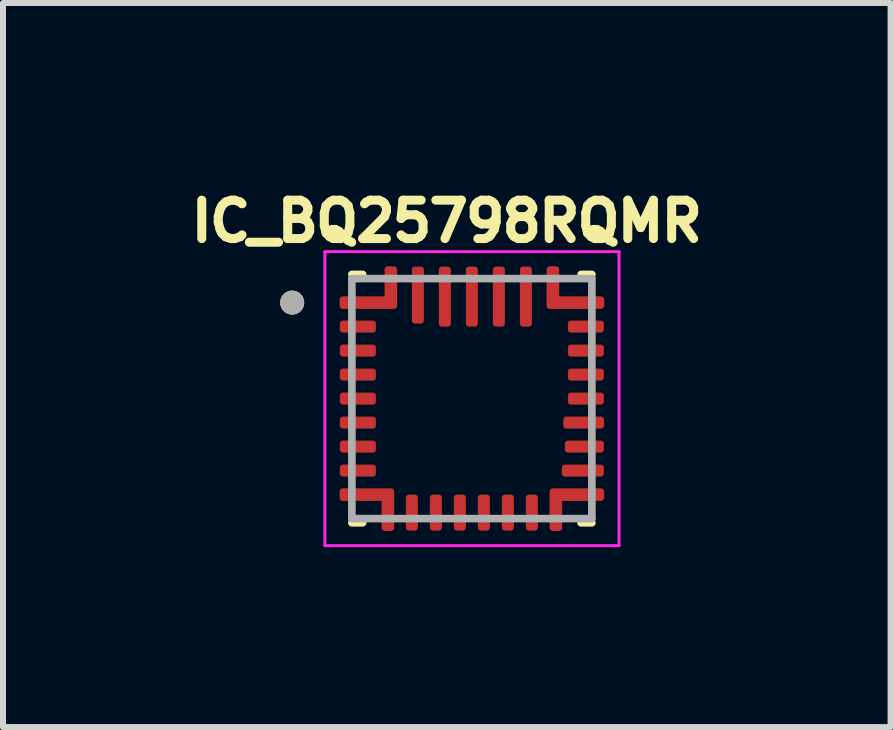
<source format=kicad_pcb>
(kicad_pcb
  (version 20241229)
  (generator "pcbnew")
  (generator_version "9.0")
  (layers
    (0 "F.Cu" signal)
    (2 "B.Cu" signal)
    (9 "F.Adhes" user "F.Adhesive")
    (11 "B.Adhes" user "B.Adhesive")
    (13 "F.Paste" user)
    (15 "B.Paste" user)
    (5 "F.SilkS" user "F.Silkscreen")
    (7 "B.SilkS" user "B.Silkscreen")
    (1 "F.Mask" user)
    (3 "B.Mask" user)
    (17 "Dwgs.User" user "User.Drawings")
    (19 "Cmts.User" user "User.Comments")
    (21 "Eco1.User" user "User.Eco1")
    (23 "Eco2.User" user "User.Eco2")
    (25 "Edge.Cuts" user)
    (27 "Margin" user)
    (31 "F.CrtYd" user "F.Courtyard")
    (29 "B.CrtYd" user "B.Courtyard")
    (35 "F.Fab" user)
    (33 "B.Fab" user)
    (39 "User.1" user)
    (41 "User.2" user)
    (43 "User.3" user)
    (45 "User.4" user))
  (footprint "IC_BQ25798RQMR"
    (layer "F.Cu")
    (at 4.815 3.594)
    (property "Reference" "IC_BQ25798RQMR" (at -0.418 -2.956 0) (layer "F.SilkS") (effects (font (size 0.64 0.64) (thickness 0.15))))
    (attr smd)
    (fp_poly (pts (xy -1.55 -1.3) (xy -1.55 -1.1) (xy -1.55 -1.097) (xy -1.55 -1.095) (xy -1.551 -1.092) (xy -1.551 -1.09) (xy -1.552 -1.087) (xy -1.552 -1.085) (xy -1.553 -1.082) (xy -1.554 -1.08) (xy -1.555 -1.077) (xy -1.557 -1.075) (xy -1.558 -1.073) (xy -1.56 -1.071) (xy -1.561 -1.069) (xy -1.563 -1.067) (xy -1.565 -1.065) (xy -1.567 -1.063) (xy -1.569 -1.061) (xy -1.571 -1.06) (xy -1.573 -1.058) (xy -1.575 -1.057) (xy -1.577 -1.055) (xy -1.58 -1.054) (xy -1.582 -1.053) (xy -1.585 -1.052) (xy -1.587 -1.052) (xy -1.59 -1.051) (xy -1.592 -1.051) (xy -1.595 -1.05) (xy -1.597 -1.05) (xy -1.6 -1.05) (xy -2.2 -1.05) (xy -2.203 -1.05) (xy -2.205 -1.05) (xy -2.208 -1.051) (xy -2.21 -1.051) (xy -2.213 -1.052) (xy -2.215 -1.052) (xy -2.218 -1.053) (xy -2.22 -1.054) (xy -2.223 -1.055) (xy -2.225 -1.057) (xy -2.227 -1.058) (xy -2.229 -1.06) (xy -2.231 -1.061) (xy -2.233 -1.063) (xy -2.235 -1.065) (xy -2.237 -1.067) (xy -2.239 -1.069) (xy -2.24 -1.071) (xy -2.242 -1.073) (xy -2.243 -1.075) (xy -2.245 -1.077) (xy -2.246 -1.08) (xy -2.247 -1.082) (xy -2.248 -1.085) (xy -2.248 -1.087) (xy -2.249 -1.09) (xy -2.249 -1.092) (xy -2.25 -1.095) (xy -2.25 -1.097) (xy -2.25 -1.1) (xy -2.25 -1.279) (xy -2.25 -1.283) (xy -2.25 -1.287) (xy -2.249 -1.29) (xy -2.248 -1.294) (xy -2.248 -1.298) (xy -2.247 -1.301) (xy -2.245 -1.305) (xy -2.244 -1.308) (xy -2.242 -1.311) (xy -2.241 -1.315) (xy -2.239 -1.318) (xy -2.236 -1.321) (xy -2.234 -1.324) (xy -2.232 -1.327) (xy -2.229 -1.329) (xy -2.227 -1.332) (xy -2.224 -1.334) (xy -2.221 -1.336) (xy -2.218 -1.339) (xy -2.215 -1.341) (xy -2.211 -1.342) (xy -2.208 -1.344) (xy -2.205 -1.345) (xy -2.201 -1.347) (xy -2.198 -1.348) (xy -2.194 -1.348) (xy -2.19 -1.349) (xy -2.187 -1.35) (xy -2.183 -1.35) (xy -2.179 -1.35) (xy -1.6 -1.35) (xy -1.597 -1.35) (xy -1.595 -1.35) (xy -1.592 -1.349) (xy -1.59 -1.349) (xy -1.587 -1.348) (xy -1.585 -1.348) (xy -1.582 -1.347) (xy -1.58 -1.346) (xy -1.577 -1.345) (xy -1.575 -1.343) (xy -1.573 -1.342) (xy -1.571 -1.34) (xy -1.569 -1.339) (xy -1.567 -1.337) (xy -1.565 -1.335) (xy -1.563 -1.333) (xy -1.561 -1.331) (xy -1.56 -1.329) (xy -1.558 -1.327) (xy -1.557 -1.325) (xy -1.555 -1.323) (xy -1.554 -1.32) (xy -1.553 -1.318) (xy -1.552 -1.315) (xy -1.552 -1.313) (xy -1.551 -1.31) (xy -1.551 -1.308) (xy -1.55 -1.305) (xy -1.55 -1.303) (xy -1.55 -1.3)) (stroke (width 0.01) (type solid)) (fill yes) (layer "F.Mask"))
    (fp_poly (pts (xy -1.55 -0.9) (xy -1.55 -0.7) (xy -1.55 -0.697) (xy -1.55 -0.695) (xy -1.551 -0.692) (xy -1.551 -0.69) (xy -1.552 -0.687) (xy -1.552 -0.685) (xy -1.553 -0.682) (xy -1.554 -0.68) (xy -1.555 -0.677) (xy -1.557 -0.675) (xy -1.558 -0.673) (xy -1.56 -0.671) (xy -1.561 -0.669) (xy -1.563 -0.667) (xy -1.565 -0.665) (xy -1.567 -0.663) (xy -1.569 -0.661) (xy -1.571 -0.66) (xy -1.573 -0.658) (xy -1.575 -0.657) (xy -1.577 -0.655) (xy -1.58 -0.654) (xy -1.582 -0.653) (xy -1.585 -0.652) (xy -1.587 -0.652) (xy -1.59 -0.651) (xy -1.592 -0.651) (xy -1.595 -0.65) (xy -1.597 -0.65) (xy -1.6 -0.65) (xy -2.2 -0.65) (xy -2.203 -0.65) (xy -2.205 -0.65) (xy -2.208 -0.651) (xy -2.21 -0.651) (xy -2.213 -0.652) (xy -2.215 -0.652) (xy -2.218 -0.653) (xy -2.22 -0.654) (xy -2.223 -0.655) (xy -2.225 -0.657) (xy -2.227 -0.658) (xy -2.229 -0.66) (xy -2.231 -0.661) (xy -2.233 -0.663) (xy -2.235 -0.665) (xy -2.237 -0.667) (xy -2.239 -0.669) (xy -2.24 -0.671) (xy -2.242 -0.673) (xy -2.243 -0.675) (xy -2.245 -0.677) (xy -2.246 -0.68) (xy -2.247 -0.682) (xy -2.248 -0.685) (xy -2.248 -0.687) (xy -2.249 -0.69) (xy -2.249 -0.692) (xy -2.25 -0.695) (xy -2.25 -0.697) (xy -2.25 -0.7) (xy -2.25 -0.879) (xy -2.25 -0.883) (xy -2.25 -0.887) (xy -2.249 -0.89) (xy -2.248 -0.894) (xy -2.248 -0.898) (xy -2.247 -0.901) (xy -2.245 -0.905) (xy -2.244 -0.908) (xy -2.242 -0.911) (xy -2.241 -0.915) (xy -2.239 -0.918) (xy -2.236 -0.921) (xy -2.234 -0.924) (xy -2.232 -0.927) (xy -2.229 -0.929) (xy -2.227 -0.932) (xy -2.224 -0.934) (xy -2.221 -0.936) (xy -2.218 -0.939) (xy -2.215 -0.941) (xy -2.211 -0.942) (xy -2.208 -0.944) (xy -2.205 -0.945) (xy -2.201 -0.947) (xy -2.198 -0.948) (xy -2.194 -0.948) (xy -2.19 -0.949) (xy -2.187 -0.95) (xy -2.183 -0.95) (xy -2.179 -0.95) (xy -1.6 -0.95) (xy -1.597 -0.95) (xy -1.595 -0.95) (xy -1.592 -0.949) (xy -1.59 -0.949) (xy -1.587 -0.948) (xy -1.585 -0.948) (xy -1.582 -0.947) (xy -1.58 -0.946) (xy -1.577 -0.945) (xy -1.575 -0.943) (xy -1.573 -0.942) (xy -1.571 -0.94) (xy -1.569 -0.939) (xy -1.567 -0.937) (xy -1.565 -0.935) (xy -1.563 -0.933) (xy -1.561 -0.931) (xy -1.56 -0.929) (xy -1.558 -0.927) (xy -1.557 -0.925) (xy -1.555 -0.923) (xy -1.554 -0.92) (xy -1.553 -0.918) (xy -1.552 -0.915) (xy -1.552 -0.913) (xy -1.551 -0.91) (xy -1.551 -0.908) (xy -1.55 -0.905) (xy -1.55 -0.903) (xy -1.55 -0.9)) (stroke (width 0.01) (type solid)) (fill yes) (layer "F.Mask"))
    (fp_poly (pts (xy -1.55 -0.5) (xy -1.55 -0.3) (xy -1.55 -0.297) (xy -1.55 -0.295) (xy -1.551 -0.292) (xy -1.551 -0.29) (xy -1.552 -0.287) (xy -1.552 -0.285) (xy -1.553 -0.282) (xy -1.554 -0.28) (xy -1.555 -0.277) (xy -1.557 -0.275) (xy -1.558 -0.273) (xy -1.56 -0.271) (xy -1.561 -0.269) (xy -1.563 -0.267) (xy -1.565 -0.265) (xy -1.567 -0.263) (xy -1.569 -0.261) (xy -1.571 -0.26) (xy -1.573 -0.258) (xy -1.575 -0.257) (xy -1.577 -0.255) (xy -1.58 -0.254) (xy -1.582 -0.253) (xy -1.585 -0.252) (xy -1.587 -0.252) (xy -1.59 -0.251) (xy -1.592 -0.251) (xy -1.595 -0.25) (xy -1.597 -0.25) (xy -1.6 -0.25) (xy -2.2 -0.25) (xy -2.203 -0.25) (xy -2.205 -0.25) (xy -2.208 -0.251) (xy -2.21 -0.251) (xy -2.213 -0.252) (xy -2.215 -0.252) (xy -2.218 -0.253) (xy -2.22 -0.254) (xy -2.223 -0.255) (xy -2.225 -0.257) (xy -2.227 -0.258) (xy -2.229 -0.26) (xy -2.231 -0.261) (xy -2.233 -0.263) (xy -2.235 -0.265) (xy -2.237 -0.267) (xy -2.239 -0.269) (xy -2.24 -0.271) (xy -2.242 -0.273) (xy -2.243 -0.275) (xy -2.245 -0.277) (xy -2.246 -0.28) (xy -2.247 -0.282) (xy -2.248 -0.285) (xy -2.248 -0.287) (xy -2.249 -0.29) (xy -2.249 -0.292) (xy -2.25 -0.295) (xy -2.25 -0.297) (xy -2.25 -0.3) (xy -2.25 -0.479) (xy -2.25 -0.483) (xy -2.25 -0.487) (xy -2.249 -0.49) (xy -2.248 -0.494) (xy -2.248 -0.498) (xy -2.247 -0.501) (xy -2.245 -0.505) (xy -2.244 -0.508) (xy -2.242 -0.511) (xy -2.241 -0.515) (xy -2.239 -0.518) (xy -2.236 -0.521) (xy -2.234 -0.524) (xy -2.232 -0.527) (xy -2.229 -0.529) (xy -2.227 -0.532) (xy -2.224 -0.534) (xy -2.221 -0.536) (xy -2.218 -0.539) (xy -2.215 -0.541) (xy -2.211 -0.542) (xy -2.208 -0.544) (xy -2.205 -0.545) (xy -2.201 -0.547) (xy -2.198 -0.548) (xy -2.194 -0.548) (xy -2.19 -0.549) (xy -2.187 -0.55) (xy -2.183 -0.55) (xy -2.179 -0.55) (xy -1.6 -0.55) (xy -1.597 -0.55) (xy -1.595 -0.55) (xy -1.592 -0.549) (xy -1.59 -0.549) (xy -1.587 -0.548) (xy -1.585 -0.548) (xy -1.582 -0.547) (xy -1.58 -0.546) (xy -1.577 -0.545) (xy -1.575 -0.543) (xy -1.573 -0.542) (xy -1.571 -0.54) (xy -1.569 -0.539) (xy -1.567 -0.537) (xy -1.565 -0.535) (xy -1.563 -0.533) (xy -1.561 -0.531) (xy -1.56 -0.529) (xy -1.558 -0.527) (xy -1.557 -0.525) (xy -1.555 -0.523) (xy -1.554 -0.52) (xy -1.553 -0.518) (xy -1.552 -0.515) (xy -1.552 -0.513) (xy -1.551 -0.51) (xy -1.551 -0.508) (xy -1.55 -0.505) (xy -1.55 -0.503) (xy -1.55 -0.5)) (stroke (width 0.01) (type solid)) (fill yes) (layer "F.Mask"))
    (fp_poly (pts (xy -1.55 -0.1) (xy -1.55 0.1) (xy -1.55 0.103) (xy -1.55 0.105) (xy -1.551 0.108) (xy -1.551 0.11) (xy -1.552 0.113) (xy -1.552 0.115) (xy -1.553 0.118) (xy -1.554 0.12) (xy -1.555 0.123) (xy -1.557 0.125) (xy -1.558 0.127) (xy -1.56 0.129) (xy -1.561 0.131) (xy -1.563 0.133) (xy -1.565 0.135) (xy -1.567 0.137) (xy -1.569 0.139) (xy -1.571 0.14) (xy -1.573 0.142) (xy -1.575 0.143) (xy -1.577 0.145) (xy -1.58 0.146) (xy -1.582 0.147) (xy -1.585 0.148) (xy -1.587 0.148) (xy -1.59 0.149) (xy -1.592 0.149) (xy -1.595 0.15) (xy -1.597 0.15) (xy -1.6 0.15) (xy -2.2 0.15) (xy -2.203 0.15) (xy -2.205 0.15) (xy -2.208 0.149) (xy -2.21 0.149) (xy -2.213 0.148) (xy -2.215 0.148) (xy -2.218 0.147) (xy -2.22 0.146) (xy -2.223 0.145) (xy -2.225 0.143) (xy -2.227 0.142) (xy -2.229 0.14) (xy -2.231 0.139) (xy -2.233 0.137) (xy -2.235 0.135) (xy -2.237 0.133) (xy -2.239 0.131) (xy -2.24 0.129) (xy -2.242 0.127) (xy -2.243 0.125) (xy -2.245 0.123) (xy -2.246 0.12) (xy -2.247 0.118) (xy -2.248 0.115) (xy -2.248 0.113) (xy -2.249 0.11) (xy -2.249 0.108) (xy -2.25 0.105) (xy -2.25 0.103) (xy -2.25 0.1) (xy -2.25 -0.079) (xy -2.25 -0.083) (xy -2.25 -0.087) (xy -2.249 -0.09) (xy -2.248 -0.094) (xy -2.248 -0.098) (xy -2.247 -0.101) (xy -2.245 -0.105) (xy -2.244 -0.108) (xy -2.242 -0.111) (xy -2.241 -0.115) (xy -2.239 -0.118) (xy -2.236 -0.121) (xy -2.234 -0.124) (xy -2.232 -0.127) (xy -2.229 -0.129) (xy -2.227 -0.132) (xy -2.224 -0.134) (xy -2.221 -0.136) (xy -2.218 -0.139) (xy -2.215 -0.141) (xy -2.211 -0.142) (xy -2.208 -0.144) (xy -2.205 -0.145) (xy -2.201 -0.147) (xy -2.198 -0.148) (xy -2.194 -0.148) (xy -2.19 -0.149) (xy -2.187 -0.15) (xy -2.183 -0.15) (xy -2.179 -0.15) (xy -1.6 -0.15) (xy -1.597 -0.15) (xy -1.595 -0.15) (xy -1.592 -0.149) (xy -1.59 -0.149) (xy -1.587 -0.148) (xy -1.585 -0.148) (xy -1.582 -0.147) (xy -1.58 -0.146) (xy -1.577 -0.145) (xy -1.575 -0.143) (xy -1.573 -0.142) (xy -1.571 -0.14) (xy -1.569 -0.139) (xy -1.567 -0.137) (xy -1.565 -0.135) (xy -1.563 -0.133) (xy -1.561 -0.131) (xy -1.56 -0.129) (xy -1.558 -0.127) (xy -1.557 -0.125) (xy -1.555 -0.123) (xy -1.554 -0.12) (xy -1.553 -0.118) (xy -1.552 -0.115) (xy -1.552 -0.113) (xy -1.551 -0.11) (xy -1.551 -0.108) (xy -1.55 -0.105) (xy -1.55 -0.103) (xy -1.55 -0.1)) (stroke (width 0.01) (type solid)) (fill yes) (layer "F.Mask"))
    (fp_poly (pts (xy -1.55 0.3) (xy -1.55 0.5) (xy -1.55 0.503) (xy -1.55 0.505) (xy -1.551 0.508) (xy -1.551 0.51) (xy -1.552 0.513) (xy -1.552 0.515) (xy -1.553 0.518) (xy -1.554 0.52) (xy -1.555 0.523) (xy -1.557 0.525) (xy -1.558 0.527) (xy -1.56 0.529) (xy -1.561 0.531) (xy -1.563 0.533) (xy -1.565 0.535) (xy -1.567 0.537) (xy -1.569 0.539) (xy -1.571 0.54) (xy -1.573 0.542) (xy -1.575 0.543) (xy -1.577 0.545) (xy -1.58 0.546) (xy -1.582 0.547) (xy -1.585 0.548) (xy -1.587 0.548) (xy -1.59 0.549) (xy -1.592 0.549) (xy -1.595 0.55) (xy -1.597 0.55) (xy -1.6 0.55) (xy -2.2 0.55) (xy -2.203 0.55) (xy -2.205 0.55) (xy -2.208 0.549) (xy -2.21 0.549) (xy -2.213 0.548) (xy -2.215 0.548) (xy -2.218 0.547) (xy -2.22 0.546) (xy -2.223 0.545) (xy -2.225 0.543) (xy -2.227 0.542) (xy -2.229 0.54) (xy -2.231 0.539) (xy -2.233 0.537) (xy -2.235 0.535) (xy -2.237 0.533) (xy -2.239 0.531) (xy -2.24 0.529) (xy -2.242 0.527) (xy -2.243 0.525) (xy -2.245 0.523) (xy -2.246 0.52) (xy -2.247 0.518) (xy -2.248 0.515) (xy -2.248 0.513) (xy -2.249 0.51) (xy -2.249 0.508) (xy -2.25 0.505) (xy -2.25 0.503) (xy -2.25 0.5) (xy -2.25 0.321) (xy -2.25 0.317) (xy -2.25 0.313) (xy -2.249 0.31) (xy -2.248 0.306) (xy -2.248 0.302) (xy -2.247 0.299) (xy -2.245 0.295) (xy -2.244 0.292) (xy -2.242 0.289) (xy -2.241 0.285) (xy -2.239 0.282) (xy -2.236 0.279) (xy -2.234 0.276) (xy -2.232 0.273) (xy -2.229 0.271) (xy -2.227 0.268) (xy -2.224 0.266) (xy -2.221 0.264) (xy -2.218 0.261) (xy -2.215 0.259) (xy -2.211 0.258) (xy -2.208 0.256) (xy -2.205 0.255) (xy -2.201 0.253) (xy -2.198 0.252) (xy -2.194 0.252) (xy -2.19 0.251) (xy -2.187 0.25) (xy -2.183 0.25) (xy -2.179 0.25) (xy -1.6 0.25) (xy -1.597 0.25) (xy -1.595 0.25) (xy -1.592 0.251) (xy -1.59 0.251) (xy -1.587 0.252) (xy -1.585 0.252) (xy -1.582 0.253) (xy -1.58 0.254) (xy -1.577 0.255) (xy -1.575 0.257) (xy -1.573 0.258) (xy -1.571 0.26) (xy -1.569 0.261) (xy -1.567 0.263) (xy -1.565 0.265) (xy -1.563 0.267) (xy -1.561 0.269) (xy -1.56 0.271) (xy -1.558 0.273) (xy -1.557 0.275) (xy -1.555 0.277) (xy -1.554 0.28) (xy -1.553 0.282) (xy -1.552 0.285) (xy -1.552 0.287) (xy -1.551 0.29) (xy -1.551 0.292) (xy -1.55 0.295) (xy -1.55 0.297) (xy -1.55 0.3)) (stroke (width 0.01) (type solid)) (fill yes) (layer "F.Mask"))
    (fp_poly (pts (xy -1.55 0.7) (xy -1.55 0.9) (xy -1.55 0.903) (xy -1.55 0.905) (xy -1.551 0.908) (xy -1.551 0.91) (xy -1.552 0.913) (xy -1.552 0.915) (xy -1.553 0.918) (xy -1.554 0.92) (xy -1.555 0.923) (xy -1.557 0.925) (xy -1.558 0.927) (xy -1.56 0.929) (xy -1.561 0.931) (xy -1.563 0.933) (xy -1.565 0.935) (xy -1.567 0.937) (xy -1.569 0.939) (xy -1.571 0.94) (xy -1.573 0.942) (xy -1.575 0.943) (xy -1.577 0.945) (xy -1.58 0.946) (xy -1.582 0.947) (xy -1.585 0.948) (xy -1.587 0.948) (xy -1.59 0.949) (xy -1.592 0.949) (xy -1.595 0.95) (xy -1.597 0.95) (xy -1.6 0.95) (xy -2.2 0.95) (xy -2.203 0.95) (xy -2.205 0.95) (xy -2.208 0.949) (xy -2.21 0.949) (xy -2.213 0.948) (xy -2.215 0.948) (xy -2.218 0.947) (xy -2.22 0.946) (xy -2.223 0.945) (xy -2.225 0.943) (xy -2.227 0.942) (xy -2.229 0.94) (xy -2.231 0.939) (xy -2.233 0.937) (xy -2.235 0.935) (xy -2.237 0.933) (xy -2.239 0.931) (xy -2.24 0.929) (xy -2.242 0.927) (xy -2.243 0.925) (xy -2.245 0.923) (xy -2.246 0.92) (xy -2.247 0.918) (xy -2.248 0.915) (xy -2.248 0.913) (xy -2.249 0.91) (xy -2.249 0.908) (xy -2.25 0.905) (xy -2.25 0.903) (xy -2.25 0.9) (xy -2.25 0.721) (xy -2.25 0.717) (xy -2.25 0.713) (xy -2.249 0.71) (xy -2.248 0.706) (xy -2.248 0.702) (xy -2.247 0.699) (xy -2.245 0.695) (xy -2.244 0.692) (xy -2.242 0.689) (xy -2.241 0.685) (xy -2.239 0.682) (xy -2.236 0.679) (xy -2.234 0.676) (xy -2.232 0.673) (xy -2.229 0.671) (xy -2.227 0.668) (xy -2.224 0.666) (xy -2.221 0.664) (xy -2.218 0.661) (xy -2.215 0.659) (xy -2.211 0.658) (xy -2.208 0.656) (xy -2.205 0.655) (xy -2.201 0.653) (xy -2.198 0.652) (xy -2.194 0.652) (xy -2.19 0.651) (xy -2.187 0.65) (xy -2.183 0.65) (xy -2.179 0.65) (xy -1.6 0.65) (xy -1.597 0.65) (xy -1.595 0.65) (xy -1.592 0.651) (xy -1.59 0.651) (xy -1.587 0.652) (xy -1.585 0.652) (xy -1.582 0.653) (xy -1.58 0.654) (xy -1.577 0.655) (xy -1.575 0.657) (xy -1.573 0.658) (xy -1.571 0.66) (xy -1.569 0.661) (xy -1.567 0.663) (xy -1.565 0.665) (xy -1.563 0.667) (xy -1.561 0.669) (xy -1.56 0.671) (xy -1.558 0.673) (xy -1.557 0.675) (xy -1.555 0.677) (xy -1.554 0.68) (xy -1.553 0.682) (xy -1.552 0.685) (xy -1.552 0.687) (xy -1.551 0.69) (xy -1.551 0.692) (xy -1.55 0.695) (xy -1.55 0.697) (xy -1.55 0.7)) (stroke (width 0.01) (type solid)) (fill yes) (layer "F.Mask"))
    (fp_poly (pts (xy -1.55 1.1) (xy -1.55 1.3) (xy -1.55 1.303) (xy -1.55 1.305) (xy -1.551 1.308) (xy -1.551 1.31) (xy -1.552 1.313) (xy -1.552 1.315) (xy -1.553 1.318) (xy -1.554 1.32) (xy -1.555 1.323) (xy -1.557 1.325) (xy -1.558 1.327) (xy -1.56 1.329) (xy -1.561 1.331) (xy -1.563 1.333) (xy -1.565 1.335) (xy -1.567 1.337) (xy -1.569 1.339) (xy -1.571 1.34) (xy -1.573 1.342) (xy -1.575 1.343) (xy -1.577 1.345) (xy -1.58 1.346) (xy -1.582 1.347) (xy -1.585 1.348) (xy -1.587 1.348) (xy -1.59 1.349) (xy -1.592 1.349) (xy -1.595 1.35) (xy -1.597 1.35) (xy -1.6 1.35) (xy -2.2 1.35) (xy -2.203 1.35) (xy -2.205 1.35) (xy -2.208 1.349) (xy -2.21 1.349) (xy -2.213 1.348) (xy -2.215 1.348) (xy -2.218 1.347) (xy -2.22 1.346) (xy -2.223 1.345) (xy -2.225 1.343) (xy -2.227 1.342) (xy -2.229 1.34) (xy -2.231 1.339) (xy -2.233 1.337) (xy -2.235 1.335) (xy -2.237 1.333) (xy -2.239 1.331) (xy -2.24 1.329) (xy -2.242 1.327) (xy -2.243 1.325) (xy -2.245 1.323) (xy -2.246 1.32) (xy -2.247 1.318) (xy -2.248 1.315) (xy -2.248 1.313) (xy -2.249 1.31) (xy -2.249 1.308) (xy -2.25 1.305) (xy -2.25 1.303) (xy -2.25 1.3) (xy -2.25 1.121) (xy -2.25 1.117) (xy -2.25 1.113) (xy -2.249 1.11) (xy -2.248 1.106) (xy -2.248 1.102) (xy -2.247 1.099) (xy -2.245 1.095) (xy -2.244 1.092) (xy -2.242 1.089) (xy -2.241 1.085) (xy -2.239 1.082) (xy -2.236 1.079) (xy -2.234 1.076) (xy -2.232 1.073) (xy -2.229 1.071) (xy -2.227 1.068) (xy -2.224 1.066) (xy -2.221 1.064) (xy -2.218 1.061) (xy -2.215 1.059) (xy -2.211 1.058) (xy -2.208 1.056) (xy -2.205 1.055) (xy -2.201 1.053) (xy -2.198 1.052) (xy -2.194 1.052) (xy -2.19 1.051) (xy -2.187 1.05) (xy -2.183 1.05) (xy -2.179 1.05) (xy -1.6 1.05) (xy -1.597 1.05) (xy -1.595 1.05) (xy -1.592 1.051) (xy -1.59 1.051) (xy -1.587 1.052) (xy -1.585 1.052) (xy -1.582 1.053) (xy -1.58 1.054) (xy -1.577 1.055) (xy -1.575 1.057) (xy -1.573 1.058) (xy -1.571 1.06) (xy -1.569 1.061) (xy -1.567 1.063) (xy -1.565 1.065) (xy -1.563 1.067) (xy -1.561 1.069) (xy -1.56 1.071) (xy -1.558 1.073) (xy -1.557 1.075) (xy -1.555 1.077) (xy -1.554 1.08) (xy -1.553 1.082) (xy -1.552 1.085) (xy -1.552 1.087) (xy -1.551 1.09) (xy -1.551 1.092) (xy -1.55 1.095) (xy -1.55 1.097) (xy -1.55 1.1)) (stroke (width 0.01) (type solid)) (fill yes) (layer "F.Mask"))
    (fp_poly (pts (xy -1.1 1.55) (xy -0.9 1.55) (xy -0.897 1.55) (xy -0.895 1.55) (xy -0.892 1.551) (xy -0.89 1.551) (xy -0.887 1.552) (xy -0.885 1.552) (xy -0.882 1.553) (xy -0.88 1.554) (xy -0.877 1.555) (xy -0.875 1.557) (xy -0.873 1.558) (xy -0.871 1.56) (xy -0.869 1.561) (xy -0.867 1.563) (xy -0.865 1.565) (xy -0.863 1.567) (xy -0.861 1.569) (xy -0.86 1.571) (xy -0.858 1.573) (xy -0.857 1.575) (xy -0.855 1.577) (xy -0.854 1.58) (xy -0.853 1.582) (xy -0.852 1.585) (xy -0.852 1.587) (xy -0.851 1.59) (xy -0.851 1.592) (xy -0.85 1.595) (xy -0.85 1.597) (xy -0.85 1.6) (xy -0.85 2.2) (xy -0.85 2.203) (xy -0.85 2.205) (xy -0.851 2.208) (xy -0.851 2.21) (xy -0.852 2.213) (xy -0.852 2.215) (xy -0.853 2.218) (xy -0.854 2.22) (xy -0.855 2.223) (xy -0.857 2.225) (xy -0.858 2.227) (xy -0.86 2.229) (xy -0.861 2.231) (xy -0.863 2.233) (xy -0.865 2.235) (xy -0.867 2.237) (xy -0.869 2.239) (xy -0.871 2.24) (xy -0.873 2.242) (xy -0.875 2.243) (xy -0.877 2.245) (xy -0.88 2.246) (xy -0.882 2.247) (xy -0.885 2.248) (xy -0.887 2.248) (xy -0.89 2.249) (xy -0.892 2.249) (xy -0.895 2.25) (xy -0.897 2.25) (xy -0.9 2.25) (xy -1.079 2.25) (xy -1.083 2.25) (xy -1.087 2.25) (xy -1.09 2.249) (xy -1.094 2.248) (xy -1.098 2.248) (xy -1.101 2.247) (xy -1.105 2.245) (xy -1.108 2.244) (xy -1.111 2.242) (xy -1.115 2.241) (xy -1.118 2.239) (xy -1.121 2.236) (xy -1.124 2.234) (xy -1.127 2.232) (xy -1.129 2.229) (xy -1.132 2.227) (xy -1.134 2.224) (xy -1.136 2.221) (xy -1.139 2.218) (xy -1.141 2.215) (xy -1.142 2.211) (xy -1.144 2.208) (xy -1.145 2.205) (xy -1.147 2.201) (xy -1.148 2.198) (xy -1.148 2.194) (xy -1.149 2.19) (xy -1.15 2.187) (xy -1.15 2.183) (xy -1.15 2.179) (xy -1.15 1.6) (xy -1.15 1.597) (xy -1.15 1.595) (xy -1.149 1.592) (xy -1.149 1.59) (xy -1.148 1.587) (xy -1.148 1.585) (xy -1.147 1.582) (xy -1.146 1.58) (xy -1.145 1.577) (xy -1.143 1.575) (xy -1.142 1.573) (xy -1.14 1.571) (xy -1.139 1.569) (xy -1.137 1.567) (xy -1.135 1.565) (xy -1.133 1.563) (xy -1.131 1.561) (xy -1.129 1.56) (xy -1.127 1.558) (xy -1.125 1.557) (xy -1.123 1.555) (xy -1.12 1.554) (xy -1.118 1.553) (xy -1.115 1.552) (xy -1.113 1.552) (xy -1.11 1.551) (xy -1.108 1.551) (xy -1.105 1.55) (xy -1.103 1.55) (xy -1.1 1.55)) (stroke (width 0.01) (type solid)) (fill yes) (layer "F.Mask"))
    (fp_poly (pts (xy -0.75 -2.2) (xy -0.75 -1.25) (xy -0.75 -1.247) (xy -0.75 -1.245) (xy -0.751 -1.242) (xy -0.751 -1.24) (xy -0.752 -1.237) (xy -0.752 -1.235) (xy -0.753 -1.232) (xy -0.754 -1.23) (xy -0.755 -1.227) (xy -0.757 -1.225) (xy -0.758 -1.223) (xy -0.76 -1.221) (xy -0.761 -1.219) (xy -0.763 -1.217) (xy -0.765 -1.215) (xy -0.767 -1.213) (xy -0.769 -1.211) (xy -0.771 -1.21) (xy -0.773 -1.208) (xy -0.775 -1.207) (xy -0.777 -1.205) (xy -0.78 -1.204) (xy -0.782 -1.203) (xy -0.785 -1.202) (xy -0.787 -1.202) (xy -0.79 -1.201) (xy -0.792 -1.201) (xy -0.795 -1.2) (xy -0.797 -1.2) (xy -0.8 -1.2) (xy -1 -1.2) (xy -1.003 -1.2) (xy -1.005 -1.2) (xy -1.008 -1.201) (xy -1.01 -1.201) (xy -1.013 -1.202) (xy -1.015 -1.202) (xy -1.018 -1.203) (xy -1.02 -1.204) (xy -1.023 -1.205) (xy -1.025 -1.207) (xy -1.027 -1.208) (xy -1.029 -1.21) (xy -1.031 -1.211) (xy -1.033 -1.213) (xy -1.035 -1.215) (xy -1.037 -1.217) (xy -1.039 -1.219) (xy -1.04 -1.221) (xy -1.042 -1.223) (xy -1.043 -1.225) (xy -1.045 -1.227) (xy -1.046 -1.23) (xy -1.047 -1.232) (xy -1.048 -1.235) (xy -1.048 -1.237) (xy -1.049 -1.24) (xy -1.049 -1.242) (xy -1.05 -1.245) (xy -1.05 -1.247) (xy -1.05 -1.25) (xy -1.05 -2.2) (xy -1.05 -2.203) (xy -1.05 -2.205) (xy -1.049 -2.208) (xy -1.049 -2.21) (xy -1.048 -2.213) (xy -1.048 -2.215) (xy -1.047 -2.218) (xy -1.046 -2.22) (xy -1.045 -2.223) (xy -1.043 -2.225) (xy -1.042 -2.227) (xy -1.04 -2.229) (xy -1.039 -2.231) (xy -1.037 -2.233) (xy -1.035 -2.235) (xy -1.033 -2.237) (xy -1.031 -2.239) (xy -1.029 -2.24) (xy -1.027 -2.242) (xy -1.025 -2.243) (xy -1.023 -2.245) (xy -1.02 -2.246) (xy -1.018 -2.247) (xy -1.015 -2.248) (xy -1.013 -2.248) (xy -1.01 -2.249) (xy -1.008 -2.249) (xy -1.005 -2.25) (xy -1.003 -2.25) (xy -1 -2.25) (xy -0.8 -2.25) (xy -0.797 -2.25) (xy -0.795 -2.25) (xy -0.792 -2.249) (xy -0.79 -2.249) (xy -0.787 -2.248) (xy -0.785 -2.248) (xy -0.782 -2.247) (xy -0.78 -2.246) (xy -0.777 -2.245) (xy -0.775 -2.243) (xy -0.773 -2.242) (xy -0.771 -2.24) (xy -0.769 -2.239) (xy -0.767 -2.237) (xy -0.765 -2.235) (xy -0.763 -2.233) (xy -0.761 -2.231) (xy -0.76 -2.229) (xy -0.758 -2.227) (xy -0.757 -2.225) (xy -0.755 -2.223) (xy -0.754 -2.22) (xy -0.753 -2.218) (xy -0.752 -2.215) (xy -0.752 -2.213) (xy -0.751 -2.21) (xy -0.751 -2.208) (xy -0.75 -2.205) (xy -0.75 -2.203) (xy -0.75 -2.2)) (stroke (width 0.01) (type solid)) (fill yes) (layer "F.Mask"))
    (fp_poly (pts (xy -0.7 1.55) (xy -0.5 1.55) (xy -0.497 1.55) (xy -0.495 1.55) (xy -0.492 1.551) (xy -0.49 1.551) (xy -0.487 1.552) (xy -0.485 1.552) (xy -0.482 1.553) (xy -0.48 1.554) (xy -0.477 1.555) (xy -0.475 1.557) (xy -0.473 1.558) (xy -0.471 1.56) (xy -0.469 1.561) (xy -0.467 1.563) (xy -0.465 1.565) (xy -0.463 1.567) (xy -0.461 1.569) (xy -0.46 1.571) (xy -0.458 1.573) (xy -0.457 1.575) (xy -0.455 1.577) (xy -0.454 1.58) (xy -0.453 1.582) (xy -0.452 1.585) (xy -0.452 1.587) (xy -0.451 1.59) (xy -0.451 1.592) (xy -0.45 1.595) (xy -0.45 1.597) (xy -0.45 1.6) (xy -0.45 2.2) (xy -0.45 2.203) (xy -0.45 2.205) (xy -0.451 2.208) (xy -0.451 2.21) (xy -0.452 2.213) (xy -0.452 2.215) (xy -0.453 2.218) (xy -0.454 2.22) (xy -0.455 2.223) (xy -0.457 2.225) (xy -0.458 2.227) (xy -0.46 2.229) (xy -0.461 2.231) (xy -0.463 2.233) (xy -0.465 2.235) (xy -0.467 2.237) (xy -0.469 2.239) (xy -0.471 2.24) (xy -0.473 2.242) (xy -0.475 2.243) (xy -0.477 2.245) (xy -0.48 2.246) (xy -0.482 2.247) (xy -0.485 2.248) (xy -0.487 2.248) (xy -0.49 2.249) (xy -0.492 2.249) (xy -0.495 2.25) (xy -0.497 2.25) (xy -0.5 2.25) (xy -0.679 2.25) (xy -0.683 2.25) (xy -0.687 2.25) (xy -0.69 2.249) (xy -0.694 2.248) (xy -0.698 2.248) (xy -0.701 2.247) (xy -0.705 2.245) (xy -0.708 2.244) (xy -0.711 2.242) (xy -0.715 2.241) (xy -0.718 2.239) (xy -0.721 2.236) (xy -0.724 2.234) (xy -0.727 2.232) (xy -0.729 2.229) (xy -0.732 2.227) (xy -0.734 2.224) (xy -0.736 2.221) (xy -0.739 2.218) (xy -0.741 2.215) (xy -0.742 2.211) (xy -0.744 2.208) (xy -0.745 2.205) (xy -0.747 2.201) (xy -0.748 2.198) (xy -0.748 2.194) (xy -0.749 2.19) (xy -0.75 2.187) (xy -0.75 2.183) (xy -0.75 2.179) (xy -0.75 1.6) (xy -0.75 1.597) (xy -0.75 1.595) (xy -0.749 1.592) (xy -0.749 1.59) (xy -0.748 1.587) (xy -0.748 1.585) (xy -0.747 1.582) (xy -0.746 1.58) (xy -0.745 1.577) (xy -0.743 1.575) (xy -0.742 1.573) (xy -0.74 1.571) (xy -0.739 1.569) (xy -0.737 1.567) (xy -0.735 1.565) (xy -0.733 1.563) (xy -0.731 1.561) (xy -0.729 1.56) (xy -0.727 1.558) (xy -0.725 1.557) (xy -0.723 1.555) (xy -0.72 1.554) (xy -0.718 1.553) (xy -0.715 1.552) (xy -0.713 1.552) (xy -0.71 1.551) (xy -0.708 1.551) (xy -0.705 1.55) (xy -0.703 1.55) (xy -0.7 1.55)) (stroke (width 0.01) (type solid)) (fill yes) (layer "F.Mask"))
    (fp_poly (pts (xy -0.3 -2.2) (xy -0.3 -1.2) (xy -0.3 -1.197) (xy -0.3 -1.195) (xy -0.301 -1.192) (xy -0.301 -1.19) (xy -0.302 -1.187) (xy -0.302 -1.185) (xy -0.303 -1.182) (xy -0.304 -1.18) (xy -0.305 -1.177) (xy -0.307 -1.175) (xy -0.308 -1.173) (xy -0.31 -1.171) (xy -0.311 -1.169) (xy -0.313 -1.167) (xy -0.315 -1.165) (xy -0.317 -1.163) (xy -0.319 -1.161) (xy -0.321 -1.16) (xy -0.323 -1.158) (xy -0.325 -1.157) (xy -0.327 -1.155) (xy -0.33 -1.154) (xy -0.332 -1.153) (xy -0.335 -1.152) (xy -0.337 -1.152) (xy -0.34 -1.151) (xy -0.342 -1.151) (xy -0.345 -1.15) (xy -0.347 -1.15) (xy -0.35 -1.15) (xy -0.55 -1.15) (xy -0.553 -1.15) (xy -0.555 -1.15) (xy -0.558 -1.151) (xy -0.56 -1.151) (xy -0.563 -1.152) (xy -0.565 -1.152) (xy -0.568 -1.153) (xy -0.57 -1.154) (xy -0.573 -1.155) (xy -0.575 -1.157) (xy -0.577 -1.158) (xy -0.579 -1.16) (xy -0.581 -1.161) (xy -0.583 -1.163) (xy -0.585 -1.165) (xy -0.587 -1.167) (xy -0.589 -1.169) (xy -0.59 -1.171) (xy -0.592 -1.173) (xy -0.593 -1.175) (xy -0.595 -1.177) (xy -0.596 -1.18) (xy -0.597 -1.182) (xy -0.598 -1.185) (xy -0.598 -1.187) (xy -0.599 -1.19) (xy -0.599 -1.192) (xy -0.6 -1.195) (xy -0.6 -1.197) (xy -0.6 -1.2) (xy -0.6 -2.2) (xy -0.6 -2.203) (xy -0.6 -2.205) (xy -0.599 -2.208) (xy -0.599 -2.21) (xy -0.598 -2.213) (xy -0.598 -2.215) (xy -0.597 -2.218) (xy -0.596 -2.22) (xy -0.595 -2.223) (xy -0.593 -2.225) (xy -0.592 -2.227) (xy -0.59 -2.229) (xy -0.589 -2.231) (xy -0.587 -2.233) (xy -0.585 -2.235) (xy -0.583 -2.237) (xy -0.581 -2.239) (xy -0.579 -2.24) (xy -0.577 -2.242) (xy -0.575 -2.243) (xy -0.573 -2.245) (xy -0.57 -2.246) (xy -0.568 -2.247) (xy -0.565 -2.248) (xy -0.563 -2.248) (xy -0.56 -2.249) (xy -0.558 -2.249) (xy -0.555 -2.25) (xy -0.553 -2.25) (xy -0.55 -2.25) (xy -0.35 -2.25) (xy -0.347 -2.25) (xy -0.345 -2.25) (xy -0.342 -2.249) (xy -0.34 -2.249) (xy -0.337 -2.248) (xy -0.335 -2.248) (xy -0.332 -2.247) (xy -0.33 -2.246) (xy -0.327 -2.245) (xy -0.325 -2.243) (xy -0.323 -2.242) (xy -0.321 -2.24) (xy -0.319 -2.239) (xy -0.317 -2.237) (xy -0.315 -2.235) (xy -0.313 -2.233) (xy -0.311 -2.231) (xy -0.31 -2.229) (xy -0.308 -2.227) (xy -0.307 -2.225) (xy -0.305 -2.223) (xy -0.304 -2.22) (xy -0.303 -2.218) (xy -0.302 -2.215) (xy -0.302 -2.213) (xy -0.301 -2.21) (xy -0.301 -2.208) (xy -0.3 -2.205) (xy -0.3 -2.203) (xy -0.3 -2.2)) (stroke (width 0.01) (type solid)) (fill yes) (layer "F.Mask"))
    (fp_poly (pts (xy -0.3 1.55) (xy -0.1 1.55) (xy -0.097 1.55) (xy -0.095 1.55) (xy -0.092 1.551) (xy -0.09 1.551) (xy -0.087 1.552) (xy -0.085 1.552) (xy -0.082 1.553) (xy -0.08 1.554) (xy -0.077 1.555) (xy -0.075 1.557) (xy -0.073 1.558) (xy -0.071 1.56) (xy -0.069 1.561) (xy -0.067 1.563) (xy -0.065 1.565) (xy -0.063 1.567) (xy -0.061 1.569) (xy -0.06 1.571) (xy -0.058 1.573) (xy -0.057 1.575) (xy -0.055 1.577) (xy -0.054 1.58) (xy -0.053 1.582) (xy -0.052 1.585) (xy -0.052 1.587) (xy -0.051 1.59) (xy -0.051 1.592) (xy -0.05 1.595) (xy -0.05 1.597) (xy -0.05 1.6) (xy -0.05 2.2) (xy -0.05 2.203) (xy -0.05 2.205) (xy -0.051 2.208) (xy -0.051 2.21) (xy -0.052 2.213) (xy -0.052 2.215) (xy -0.053 2.218) (xy -0.054 2.22) (xy -0.055 2.223) (xy -0.057 2.225) (xy -0.058 2.227) (xy -0.06 2.229) (xy -0.061 2.231) (xy -0.063 2.233) (xy -0.065 2.235) (xy -0.067 2.237) (xy -0.069 2.239) (xy -0.071 2.24) (xy -0.073 2.242) (xy -0.075 2.243) (xy -0.077 2.245) (xy -0.08 2.246) (xy -0.082 2.247) (xy -0.085 2.248) (xy -0.087 2.248) (xy -0.09 2.249) (xy -0.092 2.249) (xy -0.095 2.25) (xy -0.097 2.25) (xy -0.1 2.25) (xy -0.279 2.25) (xy -0.283 2.25) (xy -0.287 2.25) (xy -0.29 2.249) (xy -0.294 2.248) (xy -0.298 2.248) (xy -0.301 2.247) (xy -0.305 2.245) (xy -0.308 2.244) (xy -0.311 2.242) (xy -0.315 2.241) (xy -0.318 2.239) (xy -0.321 2.236) (xy -0.324 2.234) (xy -0.327 2.232) (xy -0.329 2.229) (xy -0.332 2.227) (xy -0.334 2.224) (xy -0.336 2.221) (xy -0.339 2.218) (xy -0.341 2.215) (xy -0.342 2.211) (xy -0.344 2.208) (xy -0.345 2.205) (xy -0.347 2.201) (xy -0.348 2.198) (xy -0.348 2.194) (xy -0.349 2.19) (xy -0.35 2.187) (xy -0.35 2.183) (xy -0.35 2.179) (xy -0.35 1.6) (xy -0.35 1.597) (xy -0.35 1.595) (xy -0.349 1.592) (xy -0.349 1.59) (xy -0.348 1.587) (xy -0.348 1.585) (xy -0.347 1.582) (xy -0.346 1.58) (xy -0.345 1.577) (xy -0.343 1.575) (xy -0.342 1.573) (xy -0.34 1.571) (xy -0.339 1.569) (xy -0.337 1.567) (xy -0.335 1.565) (xy -0.333 1.563) (xy -0.331 1.561) (xy -0.329 1.56) (xy -0.327 1.558) (xy -0.325 1.557) (xy -0.323 1.555) (xy -0.32 1.554) (xy -0.318 1.553) (xy -0.315 1.552) (xy -0.313 1.552) (xy -0.31 1.551) (xy -0.308 1.551) (xy -0.305 1.55) (xy -0.303 1.55) (xy -0.3 1.55)) (stroke (width 0.01) (type solid)) (fill yes) (layer "F.Mask"))
    (fp_poly (pts (xy 0.1 1.55) (xy 0.3 1.55) (xy 0.303 1.55) (xy 0.305 1.55) (xy 0.308 1.551) (xy 0.31 1.551) (xy 0.313 1.552) (xy 0.315 1.552) (xy 0.318 1.553) (xy 0.32 1.554) (xy 0.323 1.555) (xy 0.325 1.557) (xy 0.327 1.558) (xy 0.329 1.56) (xy 0.331 1.561) (xy 0.333 1.563) (xy 0.335 1.565) (xy 0.337 1.567) (xy 0.339 1.569) (xy 0.34 1.571) (xy 0.342 1.573) (xy 0.343 1.575) (xy 0.345 1.577) (xy 0.346 1.58) (xy 0.347 1.582) (xy 0.348 1.585) (xy 0.348 1.587) (xy 0.349 1.59) (xy 0.349 1.592) (xy 0.35 1.595) (xy 0.35 1.597) (xy 0.35 1.6) (xy 0.35 2.2) (xy 0.35 2.203) (xy 0.35 2.205) (xy 0.349 2.208) (xy 0.349 2.21) (xy 0.348 2.213) (xy 0.348 2.215) (xy 0.347 2.218) (xy 0.346 2.22) (xy 0.345 2.223) (xy 0.343 2.225) (xy 0.342 2.227) (xy 0.34 2.229) (xy 0.339 2.231) (xy 0.337 2.233) (xy 0.335 2.235) (xy 0.333 2.237) (xy 0.331 2.239) (xy 0.329 2.24) (xy 0.327 2.242) (xy 0.325 2.243) (xy 0.323 2.245) (xy 0.32 2.246) (xy 0.318 2.247) (xy 0.315 2.248) (xy 0.313 2.248) (xy 0.31 2.249) (xy 0.308 2.249) (xy 0.305 2.25) (xy 0.303 2.25) (xy 0.3 2.25) (xy 0.121 2.25) (xy 0.117 2.25) (xy 0.113 2.25) (xy 0.11 2.249) (xy 0.106 2.248) (xy 0.102 2.248) (xy 0.099 2.247) (xy 0.095 2.245) (xy 0.092 2.244) (xy 0.089 2.242) (xy 0.085 2.241) (xy 0.082 2.239) (xy 0.079 2.236) (xy 0.076 2.234) (xy 0.073 2.232) (xy 0.071 2.229) (xy 0.068 2.227) (xy 0.066 2.224) (xy 0.064 2.221) (xy 0.061 2.218) (xy 0.059 2.215) (xy 0.058 2.211) (xy 0.056 2.208) (xy 0.055 2.205) (xy 0.053 2.201) (xy 0.052 2.198) (xy 0.052 2.194) (xy 0.051 2.19) (xy 0.05 2.187) (xy 0.05 2.183) (xy 0.05 2.179) (xy 0.05 1.6) (xy 0.05 1.597) (xy 0.05 1.595) (xy 0.051 1.592) (xy 0.051 1.59) (xy 0.052 1.587) (xy 0.052 1.585) (xy 0.053 1.582) (xy 0.054 1.58) (xy 0.055 1.577) (xy 0.057 1.575) (xy 0.058 1.573) (xy 0.06 1.571) (xy 0.061 1.569) (xy 0.063 1.567) (xy 0.065 1.565) (xy 0.067 1.563) (xy 0.069 1.561) (xy 0.071 1.56) (xy 0.073 1.558) (xy 0.075 1.557) (xy 0.077 1.555) (xy 0.08 1.554) (xy 0.082 1.553) (xy 0.085 1.552) (xy 0.087 1.552) (xy 0.09 1.551) (xy 0.092 1.551) (xy 0.095 1.55) (xy 0.097 1.55) (xy 0.1 1.55)) (stroke (width 0.01) (type solid)) (fill yes) (layer "F.Mask"))
    (fp_poly (pts (xy 0.15 -2.2) (xy 0.15 -1.2) (xy 0.15 -1.197) (xy 0.15 -1.195) (xy 0.149 -1.192) (xy 0.149 -1.19) (xy 0.148 -1.187) (xy 0.148 -1.185) (xy 0.147 -1.182) (xy 0.146 -1.18) (xy 0.145 -1.177) (xy 0.143 -1.175) (xy 0.142 -1.173) (xy 0.14 -1.171) (xy 0.139 -1.169) (xy 0.137 -1.167) (xy 0.135 -1.165) (xy 0.133 -1.163) (xy 0.131 -1.161) (xy 0.129 -1.16) (xy 0.127 -1.158) (xy 0.125 -1.157) (xy 0.123 -1.155) (xy 0.12 -1.154) (xy 0.118 -1.153) (xy 0.115 -1.152) (xy 0.113 -1.152) (xy 0.11 -1.151) (xy 0.108 -1.151) (xy 0.105 -1.15) (xy 0.103 -1.15) (xy 0.1 -1.15) (xy -0.1 -1.15) (xy -0.103 -1.15) (xy -0.105 -1.15) (xy -0.108 -1.151) (xy -0.11 -1.151) (xy -0.113 -1.152) (xy -0.115 -1.152) (xy -0.118 -1.153) (xy -0.12 -1.154) (xy -0.123 -1.155) (xy -0.125 -1.157) (xy -0.127 -1.158) (xy -0.129 -1.16) (xy -0.131 -1.161) (xy -0.133 -1.163) (xy -0.135 -1.165) (xy -0.137 -1.167) (xy -0.139 -1.169) (xy -0.14 -1.171) (xy -0.142 -1.173) (xy -0.143 -1.175) (xy -0.145 -1.177) (xy -0.146 -1.18) (xy -0.147 -1.182) (xy -0.148 -1.185) (xy -0.148 -1.187) (xy -0.149 -1.19) (xy -0.149 -1.192) (xy -0.15 -1.195) (xy -0.15 -1.197) (xy -0.15 -1.2) (xy -0.15 -2.2) (xy -0.15 -2.203) (xy -0.15 -2.205) (xy -0.149 -2.208) (xy -0.149 -2.21) (xy -0.148 -2.213) (xy -0.148 -2.215) (xy -0.147 -2.218) (xy -0.146 -2.22) (xy -0.145 -2.223) (xy -0.143 -2.225) (xy -0.142 -2.227) (xy -0.14 -2.229) (xy -0.139 -2.231) (xy -0.137 -2.233) (xy -0.135 -2.235) (xy -0.133 -2.237) (xy -0.131 -2.239) (xy -0.129 -2.24) (xy -0.127 -2.242) (xy -0.125 -2.243) (xy -0.123 -2.245) (xy -0.12 -2.246) (xy -0.118 -2.247) (xy -0.115 -2.248) (xy -0.113 -2.248) (xy -0.11 -2.249) (xy -0.108 -2.249) (xy -0.105 -2.25) (xy -0.103 -2.25) (xy -0.1 -2.25) (xy 0.1 -2.25) (xy 0.103 -2.25) (xy 0.105 -2.25) (xy 0.108 -2.249) (xy 0.11 -2.249) (xy 0.113 -2.248) (xy 0.115 -2.248) (xy 0.118 -2.247) (xy 0.12 -2.246) (xy 0.123 -2.245) (xy 0.125 -2.243) (xy 0.127 -2.242) (xy 0.129 -2.24) (xy 0.131 -2.239) (xy 0.133 -2.237) (xy 0.135 -2.235) (xy 0.137 -2.233) (xy 0.139 -2.231) (xy 0.14 -2.229) (xy 0.142 -2.227) (xy 0.143 -2.225) (xy 0.145 -2.223) (xy 0.146 -2.22) (xy 0.147 -2.218) (xy 0.148 -2.215) (xy 0.148 -2.213) (xy 0.149 -2.21) (xy 0.149 -2.208) (xy 0.15 -2.205) (xy 0.15 -2.203) (xy 0.15 -2.2)) (stroke (width 0.01) (type solid)) (fill yes) (layer "F.Mask"))
    (fp_poly (pts (xy 0.5 1.55) (xy 0.7 1.55) (xy 0.703 1.55) (xy 0.705 1.55) (xy 0.708 1.551) (xy 0.71 1.551) (xy 0.713 1.552) (xy 0.715 1.552) (xy 0.718 1.553) (xy 0.72 1.554) (xy 0.723 1.555) (xy 0.725 1.557) (xy 0.727 1.558) (xy 0.729 1.56) (xy 0.731 1.561) (xy 0.733 1.563) (xy 0.735 1.565) (xy 0.737 1.567) (xy 0.739 1.569) (xy 0.74 1.571) (xy 0.742 1.573) (xy 0.743 1.575) (xy 0.745 1.577) (xy 0.746 1.58) (xy 0.747 1.582) (xy 0.748 1.585) (xy 0.748 1.587) (xy 0.749 1.59) (xy 0.749 1.592) (xy 0.75 1.595) (xy 0.75 1.597) (xy 0.75 1.6) (xy 0.75 2.2) (xy 0.75 2.203) (xy 0.75 2.205) (xy 0.749 2.208) (xy 0.749 2.21) (xy 0.748 2.213) (xy 0.748 2.215) (xy 0.747 2.218) (xy 0.746 2.22) (xy 0.745 2.223) (xy 0.743 2.225) (xy 0.742 2.227) (xy 0.74 2.229) (xy 0.739 2.231) (xy 0.737 2.233) (xy 0.735 2.235) (xy 0.733 2.237) (xy 0.731 2.239) (xy 0.729 2.24) (xy 0.727 2.242) (xy 0.725 2.243) (xy 0.723 2.245) (xy 0.72 2.246) (xy 0.718 2.247) (xy 0.715 2.248) (xy 0.713 2.248) (xy 0.71 2.249) (xy 0.708 2.249) (xy 0.705 2.25) (xy 0.703 2.25) (xy 0.7 2.25) (xy 0.521 2.25) (xy 0.517 2.25) (xy 0.513 2.25) (xy 0.51 2.249) (xy 0.506 2.248) (xy 0.502 2.248) (xy 0.499 2.247) (xy 0.495 2.245) (xy 0.492 2.244) (xy 0.489 2.242) (xy 0.485 2.241) (xy 0.482 2.239) (xy 0.479 2.236) (xy 0.476 2.234) (xy 0.473 2.232) (xy 0.471 2.229) (xy 0.468 2.227) (xy 0.466 2.224) (xy 0.464 2.221) (xy 0.461 2.218) (xy 0.459 2.215) (xy 0.458 2.211) (xy 0.456 2.208) (xy 0.455 2.205) (xy 0.453 2.201) (xy 0.452 2.198) (xy 0.452 2.194) (xy 0.451 2.19) (xy 0.45 2.187) (xy 0.45 2.183) (xy 0.45 2.179) (xy 0.45 1.6) (xy 0.45 1.597) (xy 0.45 1.595) (xy 0.451 1.592) (xy 0.451 1.59) (xy 0.452 1.587) (xy 0.452 1.585) (xy 0.453 1.582) (xy 0.454 1.58) (xy 0.455 1.577) (xy 0.457 1.575) (xy 0.458 1.573) (xy 0.46 1.571) (xy 0.461 1.569) (xy 0.463 1.567) (xy 0.465 1.565) (xy 0.467 1.563) (xy 0.469 1.561) (xy 0.471 1.56) (xy 0.473 1.558) (xy 0.475 1.557) (xy 0.477 1.555) (xy 0.48 1.554) (xy 0.482 1.553) (xy 0.485 1.552) (xy 0.487 1.552) (xy 0.49 1.551) (xy 0.492 1.551) (xy 0.495 1.55) (xy 0.497 1.55) (xy 0.5 1.55)) (stroke (width 0.01) (type solid)) (fill yes) (layer "F.Mask"))
    (fp_poly (pts (xy 0.6 -2.2) (xy 0.6 -1.2) (xy 0.6 -1.197) (xy 0.6 -1.195) (xy 0.599 -1.192) (xy 0.599 -1.19) (xy 0.598 -1.187) (xy 0.598 -1.185) (xy 0.597 -1.182) (xy 0.596 -1.18) (xy 0.595 -1.177) (xy 0.593 -1.175) (xy 0.592 -1.173) (xy 0.59 -1.171) (xy 0.589 -1.169) (xy 0.587 -1.167) (xy 0.585 -1.165) (xy 0.583 -1.163) (xy 0.581 -1.161) (xy 0.579 -1.16) (xy 0.577 -1.158) (xy 0.575 -1.157) (xy 0.573 -1.155) (xy 0.57 -1.154) (xy 0.568 -1.153) (xy 0.565 -1.152) (xy 0.563 -1.152) (xy 0.56 -1.151) (xy 0.558 -1.151) (xy 0.555 -1.15) (xy 0.553 -1.15) (xy 0.55 -1.15) (xy 0.35 -1.15) (xy 0.347 -1.15) (xy 0.345 -1.15) (xy 0.342 -1.151) (xy 0.34 -1.151) (xy 0.337 -1.152) (xy 0.335 -1.152) (xy 0.332 -1.153) (xy 0.33 -1.154) (xy 0.327 -1.155) (xy 0.325 -1.157) (xy 0.323 -1.158) (xy 0.321 -1.16) (xy 0.319 -1.161) (xy 0.317 -1.163) (xy 0.315 -1.165) (xy 0.313 -1.167) (xy 0.311 -1.169) (xy 0.31 -1.171) (xy 0.308 -1.173) (xy 0.307 -1.175) (xy 0.305 -1.177) (xy 0.304 -1.18) (xy 0.303 -1.182) (xy 0.302 -1.185) (xy 0.302 -1.187) (xy 0.301 -1.19) (xy 0.301 -1.192) (xy 0.3 -1.195) (xy 0.3 -1.197) (xy 0.3 -1.2) (xy 0.3 -2.2) (xy 0.3 -2.203) (xy 0.3 -2.205) (xy 0.301 -2.208) (xy 0.301 -2.21) (xy 0.302 -2.213) (xy 0.302 -2.215) (xy 0.303 -2.218) (xy 0.304 -2.22) (xy 0.305 -2.223) (xy 0.307 -2.225) (xy 0.308 -2.227) (xy 0.31 -2.229) (xy 0.311 -2.231) (xy 0.313 -2.233) (xy 0.315 -2.235) (xy 0.317 -2.237) (xy 0.319 -2.239) (xy 0.321 -2.24) (xy 0.323 -2.242) (xy 0.325 -2.243) (xy 0.327 -2.245) (xy 0.33 -2.246) (xy 0.332 -2.247) (xy 0.335 -2.248) (xy 0.337 -2.248) (xy 0.34 -2.249) (xy 0.342 -2.249) (xy 0.345 -2.25) (xy 0.347 -2.25) (xy 0.35 -2.25) (xy 0.55 -2.25) (xy 0.553 -2.25) (xy 0.555 -2.25) (xy 0.558 -2.249) (xy 0.56 -2.249) (xy 0.563 -2.248) (xy 0.565 -2.248) (xy 0.568 -2.247) (xy 0.57 -2.246) (xy 0.573 -2.245) (xy 0.575 -2.243) (xy 0.577 -2.242) (xy 0.579 -2.24) (xy 0.581 -2.239) (xy 0.583 -2.237) (xy 0.585 -2.235) (xy 0.587 -2.233) (xy 0.589 -2.231) (xy 0.59 -2.229) (xy 0.592 -2.227) (xy 0.593 -2.225) (xy 0.595 -2.223) (xy 0.596 -2.22) (xy 0.597 -2.218) (xy 0.598 -2.215) (xy 0.598 -2.213) (xy 0.599 -2.21) (xy 0.599 -2.208) (xy 0.6 -2.205) (xy 0.6 -2.203) (xy 0.6 -2.2)) (stroke (width 0.01) (type solid)) (fill yes) (layer "F.Mask"))
    (fp_poly (pts (xy 0.9 1.55) (xy 1.1 1.55) (xy 1.103 1.55) (xy 1.105 1.55) (xy 1.108 1.551) (xy 1.11 1.551) (xy 1.113 1.552) (xy 1.115 1.552) (xy 1.118 1.553) (xy 1.12 1.554) (xy 1.123 1.555) (xy 1.125 1.557) (xy 1.127 1.558) (xy 1.129 1.56) (xy 1.131 1.561) (xy 1.133 1.563) (xy 1.135 1.565) (xy 1.137 1.567) (xy 1.139 1.569) (xy 1.14 1.571) (xy 1.142 1.573) (xy 1.143 1.575) (xy 1.145 1.577) (xy 1.146 1.58) (xy 1.147 1.582) (xy 1.148 1.585) (xy 1.148 1.587) (xy 1.149 1.59) (xy 1.149 1.592) (xy 1.15 1.595) (xy 1.15 1.597) (xy 1.15 1.6) (xy 1.15 2.2) (xy 1.15 2.203) (xy 1.15 2.205) (xy 1.149 2.208) (xy 1.149 2.21) (xy 1.148 2.213) (xy 1.148 2.215) (xy 1.147 2.218) (xy 1.146 2.22) (xy 1.145 2.223) (xy 1.143 2.225) (xy 1.142 2.227) (xy 1.14 2.229) (xy 1.139 2.231) (xy 1.137 2.233) (xy 1.135 2.235) (xy 1.133 2.237) (xy 1.131 2.239) (xy 1.129 2.24) (xy 1.127 2.242) (xy 1.125 2.243) (xy 1.123 2.245) (xy 1.12 2.246) (xy 1.118 2.247) (xy 1.115 2.248) (xy 1.113 2.248) (xy 1.11 2.249) (xy 1.108 2.249) (xy 1.105 2.25) (xy 1.103 2.25) (xy 1.1 2.25) (xy 0.921 2.25) (xy 0.917 2.25) (xy 0.913 2.25) (xy 0.91 2.249) (xy 0.906 2.248) (xy 0.902 2.248) (xy 0.899 2.247) (xy 0.895 2.245) (xy 0.892 2.244) (xy 0.889 2.242) (xy 0.885 2.241) (xy 0.882 2.239) (xy 0.879 2.236) (xy 0.876 2.234) (xy 0.873 2.232) (xy 0.871 2.229) (xy 0.868 2.227) (xy 0.866 2.224) (xy 0.864 2.221) (xy 0.861 2.218) (xy 0.859 2.215) (xy 0.858 2.211) (xy 0.856 2.208) (xy 0.855 2.205) (xy 0.853 2.201) (xy 0.852 2.198) (xy 0.852 2.194) (xy 0.851 2.19) (xy 0.85 2.187) (xy 0.85 2.183) (xy 0.85 2.179) (xy 0.85 1.6) (xy 0.85 1.597) (xy 0.85 1.595) (xy 0.851 1.592) (xy 0.851 1.59) (xy 0.852 1.587) (xy 0.852 1.585) (xy 0.853 1.582) (xy 0.854 1.58) (xy 0.855 1.577) (xy 0.857 1.575) (xy 0.858 1.573) (xy 0.86 1.571) (xy 0.861 1.569) (xy 0.863 1.567) (xy 0.865 1.565) (xy 0.867 1.563) (xy 0.869 1.561) (xy 0.871 1.56) (xy 0.873 1.558) (xy 0.875 1.557) (xy 0.877 1.555) (xy 0.88 1.554) (xy 0.882 1.553) (xy 0.885 1.552) (xy 0.887 1.552) (xy 0.89 1.551) (xy 0.892 1.551) (xy 0.895 1.55) (xy 0.897 1.55) (xy 0.9 1.55)) (stroke (width 0.01) (type solid)) (fill yes) (layer "F.Mask"))
    (fp_poly (pts (xy 1.05 -2.2) (xy 1.05 -1.2) (xy 1.05 -1.197) (xy 1.05 -1.195) (xy 1.049 -1.192) (xy 1.049 -1.19) (xy 1.048 -1.187) (xy 1.048 -1.185) (xy 1.047 -1.182) (xy 1.046 -1.18) (xy 1.045 -1.177) (xy 1.043 -1.175) (xy 1.042 -1.173) (xy 1.04 -1.171) (xy 1.039 -1.169) (xy 1.037 -1.167) (xy 1.035 -1.165) (xy 1.033 -1.163) (xy 1.031 -1.161) (xy 1.029 -1.16) (xy 1.027 -1.158) (xy 1.025 -1.157) (xy 1.023 -1.155) (xy 1.02 -1.154) (xy 1.018 -1.153) (xy 1.015 -1.152) (xy 1.013 -1.152) (xy 1.01 -1.151) (xy 1.008 -1.151) (xy 1.005 -1.15) (xy 1.003 -1.15) (xy 1 -1.15) (xy 0.8 -1.15) (xy 0.797 -1.15) (xy 0.795 -1.15) (xy 0.792 -1.151) (xy 0.79 -1.151) (xy 0.787 -1.152) (xy 0.785 -1.152) (xy 0.782 -1.153) (xy 0.78 -1.154) (xy 0.777 -1.155) (xy 0.775 -1.157) (xy 0.773 -1.158) (xy 0.771 -1.16) (xy 0.769 -1.161) (xy 0.767 -1.163) (xy 0.765 -1.165) (xy 0.763 -1.167) (xy 0.761 -1.169) (xy 0.76 -1.171) (xy 0.758 -1.173) (xy 0.757 -1.175) (xy 0.755 -1.177) (xy 0.754 -1.18) (xy 0.753 -1.182) (xy 0.752 -1.185) (xy 0.752 -1.187) (xy 0.751 -1.19) (xy 0.751 -1.192) (xy 0.75 -1.195) (xy 0.75 -1.197) (xy 0.75 -1.2) (xy 0.75 -2.2) (xy 0.75 -2.203) (xy 0.75 -2.205) (xy 0.751 -2.208) (xy 0.751 -2.21) (xy 0.752 -2.213) (xy 0.752 -2.215) (xy 0.753 -2.218) (xy 0.754 -2.22) (xy 0.755 -2.223) (xy 0.757 -2.225) (xy 0.758 -2.227) (xy 0.76 -2.229) (xy 0.761 -2.231) (xy 0.763 -2.233) (xy 0.765 -2.235) (xy 0.767 -2.237) (xy 0.769 -2.239) (xy 0.771 -2.24) (xy 0.773 -2.242) (xy 0.775 -2.243) (xy 0.777 -2.245) (xy 0.78 -2.246) (xy 0.782 -2.247) (xy 0.785 -2.248) (xy 0.787 -2.248) (xy 0.79 -2.249) (xy 0.792 -2.249) (xy 0.795 -2.25) (xy 0.797 -2.25) (xy 0.8 -2.25) (xy 1 -2.25) (xy 1.003 -2.25) (xy 1.005 -2.25) (xy 1.008 -2.249) (xy 1.01 -2.249) (xy 1.013 -2.248) (xy 1.015 -2.248) (xy 1.018 -2.247) (xy 1.02 -2.246) (xy 1.023 -2.245) (xy 1.025 -2.243) (xy 1.027 -2.242) (xy 1.029 -2.24) (xy 1.031 -2.239) (xy 1.033 -2.237) (xy 1.035 -2.235) (xy 1.037 -2.233) (xy 1.039 -2.231) (xy 1.04 -2.229) (xy 1.042 -2.227) (xy 1.043 -2.225) (xy 1.045 -2.223) (xy 1.046 -2.22) (xy 1.047 -2.218) (xy 1.048 -2.215) (xy 1.048 -2.213) (xy 1.049 -2.21) (xy 1.049 -2.208) (xy 1.05 -2.205) (xy 1.05 -2.203) (xy 1.05 -2.2)) (stroke (width 0.01) (type solid)) (fill yes) (layer "F.Mask"))
    (fp_poly (pts (xy 1.55 0.95) (xy 2.2 0.95) (xy 2.203 0.95) (xy 2.205 0.95) (xy 2.208 0.949) (xy 2.21 0.949) (xy 2.213 0.948) (xy 2.215 0.948) (xy 2.218 0.947) (xy 2.22 0.946) (xy 2.223 0.945) (xy 2.225 0.943) (xy 2.227 0.942) (xy 2.229 0.94) (xy 2.231 0.939) (xy 2.233 0.937) (xy 2.235 0.935) (xy 2.237 0.933) (xy 2.239 0.931) (xy 2.24 0.929) (xy 2.242 0.927) (xy 2.243 0.925) (xy 2.245 0.923) (xy 2.246 0.92) (xy 2.247 0.918) (xy 2.248 0.915) (xy 2.248 0.913) (xy 2.249 0.91) (xy 2.249 0.908) (xy 2.25 0.905) (xy 2.25 0.903) (xy 2.25 0.9) (xy 2.25 0.7) (xy 2.25 0.697) (xy 2.25 0.695) (xy 2.249 0.692) (xy 2.249 0.69) (xy 2.248 0.687) (xy 2.248 0.685) (xy 2.247 0.682) (xy 2.246 0.68) (xy 2.245 0.677) (xy 2.243 0.675) (xy 2.242 0.673) (xy 2.24 0.671) (xy 2.239 0.669) (xy 2.237 0.667) (xy 2.235 0.665) (xy 2.233 0.663) (xy 2.231 0.661) (xy 2.229 0.66) (xy 2.227 0.658) (xy 2.225 0.657) (xy 2.223 0.655) (xy 2.22 0.654) (xy 2.218 0.653) (xy 2.215 0.652) (xy 2.213 0.652) (xy 2.21 0.651) (xy 2.208 0.651) (xy 2.205 0.65) (xy 2.203 0.65) (xy 2.2 0.65) (xy 1.55 0.65) (xy 1.547 0.65) (xy 1.545 0.65) (xy 1.542 0.651) (xy 1.54 0.651) (xy 1.537 0.652) (xy 1.535 0.652) (xy 1.532 0.653) (xy 1.53 0.654) (xy 1.527 0.655) (xy 1.525 0.657) (xy 1.523 0.658) (xy 1.521 0.66) (xy 1.519 0.661) (xy 1.517 0.663) (xy 1.515 0.665) (xy 1.513 0.667) (xy 1.511 0.669) (xy 1.51 0.671) (xy 1.508 0.673) (xy 1.507 0.675) (xy 1.505 0.677) (xy 1.504 0.68) (xy 1.503 0.682) (xy 1.502 0.685) (xy 1.502 0.687) (xy 1.501 0.69) (xy 1.501 0.692) (xy 1.5 0.695) (xy 1.5 0.697) (xy 1.5 0.7) (xy 1.5 0.9) (xy 1.5 0.903) (xy 1.5 0.905) (xy 1.501 0.908) (xy 1.501 0.91) (xy 1.502 0.913) (xy 1.502 0.915) (xy 1.503 0.918) (xy 1.504 0.92) (xy 1.505 0.923) (xy 1.507 0.925) (xy 1.508 0.927) (xy 1.51 0.929) (xy 1.511 0.931) (xy 1.513 0.933) (xy 1.515 0.935) (xy 1.517 0.937) (xy 1.519 0.939) (xy 1.521 0.94) (xy 1.523 0.942) (xy 1.525 0.943) (xy 1.527 0.945) (xy 1.53 0.946) (xy 1.532 0.947) (xy 1.535 0.948) (xy 1.537 0.948) (xy 1.54 0.949) (xy 1.542 0.949) (xy 1.545 0.95) (xy 1.547 0.95) (xy 1.55 0.95)) (stroke (width 0.01) (type solid)) (fill yes) (layer "F.Mask"))
    (fp_poly (pts (xy 2.25 -1.3) (xy 2.25 -1.1) (xy 2.25 -1.097) (xy 2.25 -1.095) (xy 2.249 -1.092) (xy 2.249 -1.09) (xy 2.248 -1.087) (xy 2.248 -1.085) (xy 2.247 -1.082) (xy 2.246 -1.08) (xy 2.245 -1.077) (xy 2.243 -1.075) (xy 2.242 -1.073) (xy 2.24 -1.071) (xy 2.239 -1.069) (xy 2.237 -1.067) (xy 2.235 -1.065) (xy 2.233 -1.063) (xy 2.231 -1.061) (xy 2.229 -1.06) (xy 2.227 -1.058) (xy 2.225 -1.057) (xy 2.223 -1.055) (xy 2.22 -1.054) (xy 2.218 -1.053) (xy 2.215 -1.052) (xy 2.213 -1.052) (xy 2.21 -1.051) (xy 2.208 -1.051) (xy 2.205 -1.05) (xy 2.203 -1.05) (xy 2.2 -1.05) (xy 1.6 -1.05) (xy 1.597 -1.05) (xy 1.595 -1.05) (xy 1.592 -1.051) (xy 1.59 -1.051) (xy 1.587 -1.052) (xy 1.585 -1.052) (xy 1.582 -1.053) (xy 1.58 -1.054) (xy 1.577 -1.055) (xy 1.575 -1.057) (xy 1.573 -1.058) (xy 1.571 -1.06) (xy 1.569 -1.061) (xy 1.567 -1.063) (xy 1.565 -1.065) (xy 1.563 -1.067) (xy 1.561 -1.069) (xy 1.56 -1.071) (xy 1.558 -1.073) (xy 1.557 -1.075) (xy 1.555 -1.077) (xy 1.554 -1.08) (xy 1.553 -1.082) (xy 1.552 -1.085) (xy 1.552 -1.087) (xy 1.551 -1.09) (xy 1.551 -1.092) (xy 1.55 -1.095) (xy 1.55 -1.097) (xy 1.55 -1.1) (xy 1.55 -1.279) (xy 1.55 -1.283) (xy 1.55 -1.287) (xy 1.551 -1.29) (xy 1.552 -1.294) (xy 1.552 -1.298) (xy 1.553 -1.301) (xy 1.555 -1.305) (xy 1.556 -1.308) (xy 1.558 -1.311) (xy 1.559 -1.315) (xy 1.561 -1.318) (xy 1.564 -1.321) (xy 1.566 -1.324) (xy 1.568 -1.327) (xy 1.571 -1.329) (xy 1.573 -1.332) (xy 1.576 -1.334) (xy 1.579 -1.336) (xy 1.582 -1.339) (xy 1.585 -1.341) (xy 1.589 -1.342) (xy 1.592 -1.344) (xy 1.595 -1.345) (xy 1.599 -1.347) (xy 1.602 -1.348) (xy 1.606 -1.348) (xy 1.61 -1.349) (xy 1.613 -1.35) (xy 1.617 -1.35) (xy 1.621 -1.35) (xy 2.2 -1.35) (xy 2.203 -1.35) (xy 2.205 -1.35) (xy 2.208 -1.349) (xy 2.21 -1.349) (xy 2.213 -1.348) (xy 2.215 -1.348) (xy 2.218 -1.347) (xy 2.22 -1.346) (xy 2.223 -1.345) (xy 2.225 -1.343) (xy 2.227 -1.342) (xy 2.229 -1.34) (xy 2.231 -1.339) (xy 2.233 -1.337) (xy 2.235 -1.335) (xy 2.237 -1.333) (xy 2.239 -1.331) (xy 2.24 -1.329) (xy 2.242 -1.327) (xy 2.243 -1.325) (xy 2.245 -1.323) (xy 2.246 -1.32) (xy 2.247 -1.318) (xy 2.248 -1.315) (xy 2.248 -1.313) (xy 2.249 -1.31) (xy 2.249 -1.308) (xy 2.25 -1.305) (xy 2.25 -1.303) (xy 2.25 -1.3)) (stroke (width 0.01) (type solid)) (fill yes) (layer "F.Mask"))
    (fp_poly (pts (xy 2.25 -0.9) (xy 2.25 -0.7) (xy 2.25 -0.697) (xy 2.25 -0.695) (xy 2.249 -0.692) (xy 2.249 -0.69) (xy 2.248 -0.687) (xy 2.248 -0.685) (xy 2.247 -0.682) (xy 2.246 -0.68) (xy 2.245 -0.677) (xy 2.243 -0.675) (xy 2.242 -0.673) (xy 2.24 -0.671) (xy 2.239 -0.669) (xy 2.237 -0.667) (xy 2.235 -0.665) (xy 2.233 -0.663) (xy 2.231 -0.661) (xy 2.229 -0.66) (xy 2.227 -0.658) (xy 2.225 -0.657) (xy 2.223 -0.655) (xy 2.22 -0.654) (xy 2.218 -0.653) (xy 2.215 -0.652) (xy 2.213 -0.652) (xy 2.21 -0.651) (xy 2.208 -0.651) (xy 2.205 -0.65) (xy 2.203 -0.65) (xy 2.2 -0.65) (xy 1.6 -0.65) (xy 1.597 -0.65) (xy 1.595 -0.65) (xy 1.592 -0.651) (xy 1.59 -0.651) (xy 1.587 -0.652) (xy 1.585 -0.652) (xy 1.582 -0.653) (xy 1.58 -0.654) (xy 1.577 -0.655) (xy 1.575 -0.657) (xy 1.573 -0.658) (xy 1.571 -0.66) (xy 1.569 -0.661) (xy 1.567 -0.663) (xy 1.565 -0.665) (xy 1.563 -0.667) (xy 1.561 -0.669) (xy 1.56 -0.671) (xy 1.558 -0.673) (xy 1.557 -0.675) (xy 1.555 -0.677) (xy 1.554 -0.68) (xy 1.553 -0.682) (xy 1.552 -0.685) (xy 1.552 -0.687) (xy 1.551 -0.69) (xy 1.551 -0.692) (xy 1.55 -0.695) (xy 1.55 -0.697) (xy 1.55 -0.7) (xy 1.55 -0.879) (xy 1.55 -0.883) (xy 1.55 -0.887) (xy 1.551 -0.89) (xy 1.552 -0.894) (xy 1.552 -0.898) (xy 1.553 -0.901) (xy 1.555 -0.905) (xy 1.556 -0.908) (xy 1.558 -0.911) (xy 1.559 -0.915) (xy 1.561 -0.918) (xy 1.564 -0.921) (xy 1.566 -0.924) (xy 1.568 -0.927) (xy 1.571 -0.929) (xy 1.573 -0.932) (xy 1.576 -0.934) (xy 1.579 -0.936) (xy 1.582 -0.939) (xy 1.585 -0.941) (xy 1.589 -0.942) (xy 1.592 -0.944) (xy 1.595 -0.945) (xy 1.599 -0.947) (xy 1.602 -0.948) (xy 1.606 -0.948) (xy 1.61 -0.949) (xy 1.613 -0.95) (xy 1.617 -0.95) (xy 1.621 -0.95) (xy 2.2 -0.95) (xy 2.203 -0.95) (xy 2.205 -0.95) (xy 2.208 -0.949) (xy 2.21 -0.949) (xy 2.213 -0.948) (xy 2.215 -0.948) (xy 2.218 -0.947) (xy 2.22 -0.946) (xy 2.223 -0.945) (xy 2.225 -0.943) (xy 2.227 -0.942) (xy 2.229 -0.94) (xy 2.231 -0.939) (xy 2.233 -0.937) (xy 2.235 -0.935) (xy 2.237 -0.933) (xy 2.239 -0.931) (xy 2.24 -0.929) (xy 2.242 -0.927) (xy 2.243 -0.925) (xy 2.245 -0.923) (xy 2.246 -0.92) (xy 2.247 -0.918) (xy 2.248 -0.915) (xy 2.248 -0.913) (xy 2.249 -0.91) (xy 2.249 -0.908) (xy 2.25 -0.905) (xy 2.25 -0.903) (xy 2.25 -0.9)) (stroke (width 0.01) (type solid)) (fill yes) (layer "F.Mask"))
    (fp_poly (pts (xy 2.25 -0.5) (xy 2.25 -0.3) (xy 2.25 -0.297) (xy 2.25 -0.295) (xy 2.249 -0.292) (xy 2.249 -0.29) (xy 2.248 -0.287) (xy 2.248 -0.285) (xy 2.247 -0.282) (xy 2.246 -0.28) (xy 2.245 -0.277) (xy 2.243 -0.275) (xy 2.242 -0.273) (xy 2.24 -0.271) (xy 2.239 -0.269) (xy 2.237 -0.267) (xy 2.235 -0.265) (xy 2.233 -0.263) (xy 2.231 -0.261) (xy 2.229 -0.26) (xy 2.227 -0.258) (xy 2.225 -0.257) (xy 2.223 -0.255) (xy 2.22 -0.254) (xy 2.218 -0.253) (xy 2.215 -0.252) (xy 2.213 -0.252) (xy 2.21 -0.251) (xy 2.208 -0.251) (xy 2.205 -0.25) (xy 2.203 -0.25) (xy 2.2 -0.25) (xy 1.6 -0.25) (xy 1.597 -0.25) (xy 1.595 -0.25) (xy 1.592 -0.251) (xy 1.59 -0.251) (xy 1.587 -0.252) (xy 1.585 -0.252) (xy 1.582 -0.253) (xy 1.58 -0.254) (xy 1.577 -0.255) (xy 1.575 -0.257) (xy 1.573 -0.258) (xy 1.571 -0.26) (xy 1.569 -0.261) (xy 1.567 -0.263) (xy 1.565 -0.265) (xy 1.563 -0.267) (xy 1.561 -0.269) (xy 1.56 -0.271) (xy 1.558 -0.273) (xy 1.557 -0.275) (xy 1.555 -0.277) (xy 1.554 -0.28) (xy 1.553 -0.282) (xy 1.552 -0.285) (xy 1.552 -0.287) (xy 1.551 -0.29) (xy 1.551 -0.292) (xy 1.55 -0.295) (xy 1.55 -0.297) (xy 1.55 -0.3) (xy 1.55 -0.479) (xy 1.55 -0.483) (xy 1.55 -0.487) (xy 1.551 -0.49) (xy 1.552 -0.494) (xy 1.552 -0.498) (xy 1.553 -0.501) (xy 1.555 -0.505) (xy 1.556 -0.508) (xy 1.558 -0.511) (xy 1.559 -0.515) (xy 1.561 -0.518) (xy 1.564 -0.521) (xy 1.566 -0.524) (xy 1.568 -0.527) (xy 1.571 -0.529) (xy 1.573 -0.532) (xy 1.576 -0.534) (xy 1.579 -0.536) (xy 1.582 -0.539) (xy 1.585 -0.541) (xy 1.589 -0.542) (xy 1.592 -0.544) (xy 1.595 -0.545) (xy 1.599 -0.547) (xy 1.602 -0.548) (xy 1.606 -0.548) (xy 1.61 -0.549) (xy 1.613 -0.55) (xy 1.617 -0.55) (xy 1.621 -0.55) (xy 2.2 -0.55) (xy 2.203 -0.55) (xy 2.205 -0.55) (xy 2.208 -0.549) (xy 2.21 -0.549) (xy 2.213 -0.548) (xy 2.215 -0.548) (xy 2.218 -0.547) (xy 2.22 -0.546) (xy 2.223 -0.545) (xy 2.225 -0.543) (xy 2.227 -0.542) (xy 2.229 -0.54) (xy 2.231 -0.539) (xy 2.233 -0.537) (xy 2.235 -0.535) (xy 2.237 -0.533) (xy 2.239 -0.531) (xy 2.24 -0.529) (xy 2.242 -0.527) (xy 2.243 -0.525) (xy 2.245 -0.523) (xy 2.246 -0.52) (xy 2.247 -0.518) (xy 2.248 -0.515) (xy 2.248 -0.513) (xy 2.249 -0.51) (xy 2.249 -0.508) (xy 2.25 -0.505) (xy 2.25 -0.503) (xy 2.25 -0.5)) (stroke (width 0.01) (type solid)) (fill yes) (layer "F.Mask"))
    (fp_poly (pts (xy 2.25 -0.1) (xy 2.25 0.1) (xy 2.25 0.103) (xy 2.25 0.105) (xy 2.249 0.108) (xy 2.249 0.11) (xy 2.248 0.113) (xy 2.248 0.115) (xy 2.247 0.118) (xy 2.246 0.12) (xy 2.245 0.123) (xy 2.243 0.125) (xy 2.242 0.127) (xy 2.24 0.129) (xy 2.239 0.131) (xy 2.237 0.133) (xy 2.235 0.135) (xy 2.233 0.137) (xy 2.231 0.139) (xy 2.229 0.14) (xy 2.227 0.142) (xy 2.225 0.143) (xy 2.223 0.145) (xy 2.22 0.146) (xy 2.218 0.147) (xy 2.215 0.148) (xy 2.213 0.148) (xy 2.21 0.149) (xy 2.208 0.149) (xy 2.205 0.15) (xy 2.203 0.15) (xy 2.2 0.15) (xy 1.6 0.15) (xy 1.597 0.15) (xy 1.595 0.15) (xy 1.592 0.149) (xy 1.59 0.149) (xy 1.587 0.148) (xy 1.585 0.148) (xy 1.582 0.147) (xy 1.58 0.146) (xy 1.577 0.145) (xy 1.575 0.143) (xy 1.573 0.142) (xy 1.571 0.14) (xy 1.569 0.139) (xy 1.567 0.137) (xy 1.565 0.135) (xy 1.563 0.133) (xy 1.561 0.131) (xy 1.56 0.129) (xy 1.558 0.127) (xy 1.557 0.125) (xy 1.555 0.123) (xy 1.554 0.12) (xy 1.553 0.118) (xy 1.552 0.115) (xy 1.552 0.113) (xy 1.551 0.11) (xy 1.551 0.108) (xy 1.55 0.105) (xy 1.55 0.103) (xy 1.55 0.1) (xy 1.55 -0.079) (xy 1.55 -0.083) (xy 1.55 -0.087) (xy 1.551 -0.09) (xy 1.552 -0.094) (xy 1.552 -0.098) (xy 1.553 -0.101) (xy 1.555 -0.105) (xy 1.556 -0.108) (xy 1.558 -0.111) (xy 1.559 -0.115) (xy 1.561 -0.118) (xy 1.564 -0.121) (xy 1.566 -0.124) (xy 1.568 -0.127) (xy 1.571 -0.129) (xy 1.573 -0.132) (xy 1.576 -0.134) (xy 1.579 -0.136) (xy 1.582 -0.139) (xy 1.585 -0.141) (xy 1.589 -0.142) (xy 1.592 -0.144) (xy 1.595 -0.145) (xy 1.599 -0.147) (xy 1.602 -0.148) (xy 1.606 -0.148) (xy 1.61 -0.149) (xy 1.613 -0.15) (xy 1.617 -0.15) (xy 1.621 -0.15) (xy 2.2 -0.15) (xy 2.203 -0.15) (xy 2.205 -0.15) (xy 2.208 -0.149) (xy 2.21 -0.149) (xy 2.213 -0.148) (xy 2.215 -0.148) (xy 2.218 -0.147) (xy 2.22 -0.146) (xy 2.223 -0.145) (xy 2.225 -0.143) (xy 2.227 -0.142) (xy 2.229 -0.14) (xy 2.231 -0.139) (xy 2.233 -0.137) (xy 2.235 -0.135) (xy 2.237 -0.133) (xy 2.239 -0.131) (xy 2.24 -0.129) (xy 2.242 -0.127) (xy 2.243 -0.125) (xy 2.245 -0.123) (xy 2.246 -0.12) (xy 2.247 -0.118) (xy 2.248 -0.115) (xy 2.248 -0.113) (xy 2.249 -0.11) (xy 2.249 -0.108) (xy 2.25 -0.105) (xy 2.25 -0.103) (xy 2.25 -0.1)) (stroke (width 0.01) (type solid)) (fill yes) (layer "F.Mask"))
    (fp_poly (pts (xy 2.25 1.1) (xy 2.25 1.3) (xy 2.25 1.303) (xy 2.25 1.305) (xy 2.249 1.308) (xy 2.249 1.31) (xy 2.248 1.313) (xy 2.248 1.315) (xy 2.247 1.318) (xy 2.246 1.32) (xy 2.245 1.323) (xy 2.243 1.325) (xy 2.242 1.327) (xy 2.24 1.329) (xy 2.239 1.331) (xy 2.237 1.333) (xy 2.235 1.335) (xy 2.233 1.337) (xy 2.231 1.339) (xy 2.229 1.34) (xy 2.227 1.342) (xy 2.225 1.343) (xy 2.223 1.345) (xy 2.22 1.346) (xy 2.218 1.347) (xy 2.215 1.348) (xy 2.213 1.348) (xy 2.21 1.349) (xy 2.208 1.349) (xy 2.205 1.35) (xy 2.203 1.35) (xy 2.2 1.35) (xy 1.5 1.35) (xy 1.497 1.35) (xy 1.495 1.35) (xy 1.492 1.349) (xy 1.49 1.349) (xy 1.487 1.348) (xy 1.485 1.348) (xy 1.482 1.347) (xy 1.48 1.346) (xy 1.477 1.345) (xy 1.475 1.343) (xy 1.473 1.342) (xy 1.471 1.34) (xy 1.469 1.339) (xy 1.467 1.337) (xy 1.465 1.335) (xy 1.463 1.333) (xy 1.461 1.331) (xy 1.46 1.329) (xy 1.458 1.327) (xy 1.457 1.325) (xy 1.455 1.323) (xy 1.454 1.32) (xy 1.453 1.318) (xy 1.452 1.315) (xy 1.452 1.313) (xy 1.451 1.31) (xy 1.451 1.308) (xy 1.45 1.305) (xy 1.45 1.303) (xy 1.45 1.3) (xy 1.45 1.1) (xy 1.45 1.097) (xy 1.45 1.095) (xy 1.451 1.092) (xy 1.451 1.09) (xy 1.452 1.087) (xy 1.452 1.085) (xy 1.453 1.082) (xy 1.454 1.08) (xy 1.455 1.077) (xy 1.457 1.075) (xy 1.458 1.073) (xy 1.46 1.071) (xy 1.461 1.069) (xy 1.463 1.067) (xy 1.465 1.065) (xy 1.467 1.063) (xy 1.469 1.061) (xy 1.471 1.06) (xy 1.473 1.058) (xy 1.475 1.057) (xy 1.477 1.055) (xy 1.48 1.054) (xy 1.482 1.053) (xy 1.485 1.052) (xy 1.487 1.052) (xy 1.49 1.051) (xy 1.492 1.051) (xy 1.495 1.05) (xy 1.497 1.05) (xy 1.5 1.05) (xy 2.2 1.05) (xy 2.203 1.05) (xy 2.205 1.05) (xy 2.208 1.051) (xy 2.21 1.051) (xy 2.213 1.052) (xy 2.215 1.052) (xy 2.218 1.053) (xy 2.22 1.054) (xy 2.223 1.055) (xy 2.225 1.057) (xy 2.227 1.058) (xy 2.229 1.06) (xy 2.231 1.061) (xy 2.233 1.063) (xy 2.235 1.065) (xy 2.237 1.067) (xy 2.239 1.069) (xy 2.24 1.071) (xy 2.242 1.073) (xy 2.243 1.075) (xy 2.245 1.077) (xy 2.246 1.08) (xy 2.247 1.082) (xy 2.248 1.085) (xy 2.248 1.087) (xy 2.249 1.09) (xy 2.249 1.092) (xy 2.25 1.095) (xy 2.25 1.097) (xy 2.25 1.1)) (stroke (width 0.01) (type solid)) (fill yes) (layer "F.Mask"))
    (fp_poly (pts (xy 2.252 0.3) (xy 2.252 0.5) (xy 2.252 0.503) (xy 2.252 0.505) (xy 2.252 0.508) (xy 2.251 0.51) (xy 2.251 0.513) (xy 2.25 0.515) (xy 2.249 0.518) (xy 2.248 0.52) (xy 2.247 0.523) (xy 2.246 0.525) (xy 2.244 0.527) (xy 2.243 0.529) (xy 2.241 0.531) (xy 2.24 0.533) (xy 2.238 0.535) (xy 2.236 0.537) (xy 2.234 0.539) (xy 2.232 0.54) (xy 2.23 0.542) (xy 2.228 0.543) (xy 2.225 0.545) (xy 2.223 0.546) (xy 2.22 0.547) (xy 2.218 0.548) (xy 2.215 0.548) (xy 2.213 0.549) (xy 2.21 0.549) (xy 2.208 0.55) (xy 2.205 0.55) (xy 2.203 0.55) (xy 1.522 0.55) (xy 1.52 0.55) (xy 1.517 0.55) (xy 1.515 0.549) (xy 1.512 0.549) (xy 1.51 0.548) (xy 1.507 0.548) (xy 1.505 0.547) (xy 1.502 0.546) (xy 1.5 0.545) (xy 1.498 0.543) (xy 1.495 0.542) (xy 1.493 0.54) (xy 1.491 0.539) (xy 1.489 0.537) (xy 1.487 0.535) (xy 1.485 0.533) (xy 1.484 0.531) (xy 1.482 0.529) (xy 1.481 0.527) (xy 1.479 0.525) (xy 1.478 0.523) (xy 1.477 0.52) (xy 1.476 0.518) (xy 1.475 0.515) (xy 1.474 0.513) (xy 1.474 0.51) (xy 1.473 0.508) (xy 1.473 0.505) (xy 1.473 0.503) (xy 1.472 0.5) (xy 1.472 0.3) (xy 1.473 0.297) (xy 1.473 0.295) (xy 1.473 0.292) (xy 1.474 0.29) (xy 1.474 0.287) (xy 1.475 0.285) (xy 1.476 0.282) (xy 1.477 0.28) (xy 1.478 0.277) (xy 1.479 0.275) (xy 1.481 0.273) (xy 1.482 0.271) (xy 1.484 0.269) (xy 1.485 0.267) (xy 1.487 0.265) (xy 1.489 0.263) (xy 1.491 0.261) (xy 1.493 0.26) (xy 1.495 0.258) (xy 1.498 0.257) (xy 1.5 0.255) (xy 1.502 0.254) (xy 1.505 0.253) (xy 1.507 0.252) (xy 1.51 0.252) (xy 1.512 0.251) (xy 1.515 0.251) (xy 1.517 0.25) (xy 1.52 0.25) (xy 1.522 0.25) (xy 2.203 0.25) (xy 2.205 0.25) (xy 2.208 0.25) (xy 2.21 0.251) (xy 2.213 0.251) (xy 2.215 0.252) (xy 2.218 0.252) (xy 2.22 0.253) (xy 2.223 0.254) (xy 2.225 0.255) (xy 2.228 0.257) (xy 2.23 0.258) (xy 2.232 0.26) (xy 2.234 0.261) (xy 2.236 0.263) (xy 2.238 0.265) (xy 2.24 0.267) (xy 2.241 0.269) (xy 2.243 0.271) (xy 2.244 0.273) (xy 2.246 0.275) (xy 2.247 0.277) (xy 2.248 0.28) (xy 2.249 0.282) (xy 2.25 0.285) (xy 2.251 0.287) (xy 2.251 0.29) (xy 2.252 0.292) (xy 2.252 0.295) (xy 2.252 0.297) (xy 2.252 0.3) (xy 2.252 0.3)) (stroke (width 0.01) (type solid)) (fill yes) (layer "F.Mask"))
    (fp_poly (pts (xy -1.55 1.75) (xy -2.2 1.75) (xy -2.203 1.75) (xy -2.205 1.75) (xy -2.208 1.749) (xy -2.21 1.749) (xy -2.213 1.748) (xy -2.215 1.748) (xy -2.218 1.747) (xy -2.22 1.746) (xy -2.223 1.745) (xy -2.225 1.743) (xy -2.227 1.742) (xy -2.229 1.74) (xy -2.231 1.739) (xy -2.233 1.737) (xy -2.235 1.735) (xy -2.237 1.733) (xy -2.239 1.731) (xy -2.24 1.729) (xy -2.242 1.727) (xy -2.243 1.725) (xy -2.245 1.723) (xy -2.246 1.72) (xy -2.247 1.718) (xy -2.248 1.715) (xy -2.248 1.713) (xy -2.249 1.71) (xy -2.249 1.708) (xy -2.25 1.705) (xy -2.25 1.703) (xy -2.25 1.7) (xy -2.25 1.5) (xy -2.25 1.497) (xy -2.25 1.495) (xy -2.249 1.492) (xy -2.249 1.49) (xy -2.248 1.487) (xy -2.248 1.485) (xy -2.247 1.482) (xy -2.246 1.48) (xy -2.245 1.477) (xy -2.243 1.475) (xy -2.242 1.473) (xy -2.24 1.471) (xy -2.239 1.469) (xy -2.237 1.467) (xy -2.235 1.465) (xy -2.233 1.463) (xy -2.231 1.461) (xy -2.229 1.46) (xy -2.227 1.458) (xy -2.225 1.457) (xy -2.223 1.455) (xy -2.22 1.454) (xy -2.218 1.453) (xy -2.215 1.452) (xy -2.213 1.452) (xy -2.21 1.451) (xy -2.208 1.451) (xy -2.205 1.45) (xy -2.203 1.45) (xy -2.2 1.45) (xy -1.3 1.45) (xy -1.297 1.45) (xy -1.295 1.45) (xy -1.292 1.451) (xy -1.29 1.451) (xy -1.287 1.452) (xy -1.285 1.452) (xy -1.282 1.453) (xy -1.28 1.454) (xy -1.277 1.455) (xy -1.275 1.457) (xy -1.273 1.458) (xy -1.271 1.46) (xy -1.269 1.461) (xy -1.267 1.463) (xy -1.265 1.465) (xy -1.263 1.467) (xy -1.261 1.469) (xy -1.26 1.471) (xy -1.258 1.473) (xy -1.257 1.475) (xy -1.255 1.477) (xy -1.254 1.48) (xy -1.253 1.482) (xy -1.252 1.485) (xy -1.252 1.487) (xy -1.251 1.49) (xy -1.251 1.492) (xy -1.25 1.495) (xy -1.25 1.497) (xy -1.25 1.5) (xy -1.25 2.2) (xy -1.25 2.203) (xy -1.25 2.205) (xy -1.251 2.208) (xy -1.251 2.21) (xy -1.252 2.213) (xy -1.252 2.215) (xy -1.253 2.218) (xy -1.254 2.22) (xy -1.255 2.223) (xy -1.257 2.225) (xy -1.258 2.227) (xy -1.26 2.229) (xy -1.261 2.231) (xy -1.263 2.233) (xy -1.265 2.235) (xy -1.267 2.237) (xy -1.269 2.239) (xy -1.271 2.24) (xy -1.273 2.242) (xy -1.275 2.243) (xy -1.277 2.245) (xy -1.28 2.246) (xy -1.282 2.247) (xy -1.285 2.248) (xy -1.287 2.248) (xy -1.29 2.249) (xy -1.292 2.249) (xy -1.295 2.25) (xy -1.297 2.25) (xy -1.3 2.25) (xy -1.5 2.25) (xy -1.503 2.25) (xy -1.505 2.25) (xy -1.508 2.249) (xy -1.51 2.249) (xy -1.513 2.248) (xy -1.515 2.248) (xy -1.518 2.247) (xy -1.52 2.246) (xy -1.523 2.245) (xy -1.525 2.243) (xy -1.527 2.242) (xy -1.529 2.24) (xy -1.531 2.239) (xy -1.533 2.237) (xy -1.535 2.235) (xy -1.537 2.233) (xy -1.539 2.231) (xy -1.54 2.229) (xy -1.542 2.227) (xy -1.543 2.225) (xy -1.545 2.223) (xy -1.546 2.22) (xy -1.547 2.218) (xy -1.548 2.215) (xy -1.548 2.213) (xy -1.549 2.21) (xy -1.549 2.208) (xy -1.55 2.205) (xy -1.55 2.203) (xy -1.55 2.2) (xy -1.55 1.75)) (stroke (width 0.01) (type solid)) (fill yes) (layer "F.Mask"))
    (fp_poly (pts (xy -1.5 -1.75) (xy -2.2 -1.75) (xy -2.203 -1.75) (xy -2.205 -1.75) (xy -2.208 -1.749) (xy -2.21 -1.749) (xy -2.213 -1.748) (xy -2.215 -1.748) (xy -2.218 -1.747) (xy -2.22 -1.746) (xy -2.223 -1.745) (xy -2.225 -1.743) (xy -2.227 -1.742) (xy -2.229 -1.74) (xy -2.231 -1.739) (xy -2.233 -1.737) (xy -2.235 -1.735) (xy -2.237 -1.733) (xy -2.239 -1.731) (xy -2.24 -1.729) (xy -2.242 -1.727) (xy -2.243 -1.725) (xy -2.245 -1.723) (xy -2.246 -1.72) (xy -2.247 -1.718) (xy -2.248 -1.715) (xy -2.248 -1.713) (xy -2.249 -1.71) (xy -2.249 -1.708) (xy -2.25 -1.705) (xy -2.25 -1.703) (xy -2.25 -1.7) (xy -2.25 -1.5) (xy -2.25 -1.497) (xy -2.25 -1.495) (xy -2.249 -1.492) (xy -2.249 -1.49) (xy -2.248 -1.487) (xy -2.248 -1.485) (xy -2.247 -1.482) (xy -2.246 -1.48) (xy -2.245 -1.477) (xy -2.243 -1.475) (xy -2.242 -1.473) (xy -2.24 -1.471) (xy -2.239 -1.469) (xy -2.237 -1.467) (xy -2.235 -1.465) (xy -2.233 -1.463) (xy -2.231 -1.461) (xy -2.229 -1.46) (xy -2.227 -1.458) (xy -2.225 -1.457) (xy -2.223 -1.455) (xy -2.22 -1.454) (xy -2.218 -1.453) (xy -2.215 -1.452) (xy -2.213 -1.452) (xy -2.21 -1.451) (xy -2.208 -1.451) (xy -2.205 -1.45) (xy -2.203 -1.45) (xy -2.2 -1.45) (xy -1.25 -1.45) (xy -1.247 -1.45) (xy -1.245 -1.45) (xy -1.242 -1.451) (xy -1.24 -1.451) (xy -1.237 -1.452) (xy -1.235 -1.452) (xy -1.232 -1.453) (xy -1.23 -1.454) (xy -1.227 -1.455) (xy -1.225 -1.457) (xy -1.223 -1.458) (xy -1.221 -1.46) (xy -1.219 -1.461) (xy -1.217 -1.463) (xy -1.215 -1.465) (xy -1.213 -1.467) (xy -1.211 -1.469) (xy -1.21 -1.471) (xy -1.208 -1.473) (xy -1.207 -1.475) (xy -1.205 -1.477) (xy -1.204 -1.48) (xy -1.203 -1.482) (xy -1.202 -1.485) (xy -1.202 -1.487) (xy -1.201 -1.49) (xy -1.201 -1.492) (xy -1.2 -1.495) (xy -1.2 -1.497) (xy -1.2 -1.5) (xy -1.2 -2.2) (xy -1.2 -2.203) (xy -1.2 -2.205) (xy -1.201 -2.208) (xy -1.201 -2.21) (xy -1.202 -2.213) (xy -1.202 -2.215) (xy -1.203 -2.218) (xy -1.204 -2.22) (xy -1.205 -2.223) (xy -1.207 -2.225) (xy -1.208 -2.227) (xy -1.21 -2.229) (xy -1.211 -2.231) (xy -1.213 -2.233) (xy -1.215 -2.235) (xy -1.217 -2.237) (xy -1.219 -2.239) (xy -1.221 -2.24) (xy -1.223 -2.242) (xy -1.225 -2.243) (xy -1.227 -2.245) (xy -1.23 -2.246) (xy -1.232 -2.247) (xy -1.235 -2.248) (xy -1.237 -2.248) (xy -1.24 -2.249) (xy -1.242 -2.249) (xy -1.245 -2.25) (xy -1.247 -2.25) (xy -1.25 -2.25) (xy -1.45 -2.25) (xy -1.453 -2.25) (xy -1.455 -2.25) (xy -1.458 -2.249) (xy -1.46 -2.249) (xy -1.463 -2.248) (xy -1.465 -2.248) (xy -1.468 -2.247) (xy -1.47 -2.246) (xy -1.473 -2.245) (xy -1.475 -2.243) (xy -1.477 -2.242) (xy -1.479 -2.24) (xy -1.481 -2.239) (xy -1.483 -2.237) (xy -1.485 -2.235) (xy -1.487 -2.233) (xy -1.489 -2.231) (xy -1.49 -2.229) (xy -1.492 -2.227) (xy -1.493 -2.225) (xy -1.495 -2.223) (xy -1.496 -2.22) (xy -1.497 -2.218) (xy -1.498 -2.215) (xy -1.498 -2.213) (xy -1.499 -2.21) (xy -1.499 -2.208) (xy -1.5 -2.205) (xy -1.5 -2.203) (xy -1.5 -2.2) (xy -1.5 -1.75)) (stroke (width 0.01) (type solid)) (fill yes) (layer "F.Mask"))
    (fp_poly (pts (xy 1.5 -1.75) (xy 2.2 -1.75) (xy 2.203 -1.75) (xy 2.205 -1.75) (xy 2.208 -1.749) (xy 2.21 -1.749) (xy 2.213 -1.748) (xy 2.215 -1.748) (xy 2.218 -1.747) (xy 2.22 -1.746) (xy 2.223 -1.745) (xy 2.225 -1.743) (xy 2.227 -1.742) (xy 2.229 -1.74) (xy 2.231 -1.739) (xy 2.233 -1.737) (xy 2.235 -1.735) (xy 2.237 -1.733) (xy 2.239 -1.731) (xy 2.24 -1.729) (xy 2.242 -1.727) (xy 2.243 -1.725) (xy 2.245 -1.723) (xy 2.246 -1.72) (xy 2.247 -1.718) (xy 2.248 -1.715) (xy 2.248 -1.713) (xy 2.249 -1.71) (xy 2.249 -1.708) (xy 2.25 -1.705) (xy 2.25 -1.703) (xy 2.25 -1.7) (xy 2.25 -1.5) (xy 2.25 -1.497) (xy 2.25 -1.495) (xy 2.249 -1.492) (xy 2.249 -1.49) (xy 2.248 -1.487) (xy 2.248 -1.485) (xy 2.247 -1.482) (xy 2.246 -1.48) (xy 2.245 -1.477) (xy 2.243 -1.475) (xy 2.242 -1.473) (xy 2.24 -1.471) (xy 2.239 -1.469) (xy 2.237 -1.467) (xy 2.235 -1.465) (xy 2.233 -1.463) (xy 2.231 -1.461) (xy 2.229 -1.46) (xy 2.227 -1.458) (xy 2.225 -1.457) (xy 2.223 -1.455) (xy 2.22 -1.454) (xy 2.218 -1.453) (xy 2.215 -1.452) (xy 2.213 -1.452) (xy 2.21 -1.451) (xy 2.208 -1.451) (xy 2.205 -1.45) (xy 2.203 -1.45) (xy 2.2 -1.45) (xy 1.25 -1.45) (xy 1.247 -1.45) (xy 1.245 -1.45) (xy 1.242 -1.451) (xy 1.24 -1.451) (xy 1.237 -1.452) (xy 1.235 -1.452) (xy 1.232 -1.453) (xy 1.23 -1.454) (xy 1.227 -1.455) (xy 1.225 -1.457) (xy 1.223 -1.458) (xy 1.221 -1.46) (xy 1.219 -1.461) (xy 1.217 -1.463) (xy 1.215 -1.465) (xy 1.213 -1.467) (xy 1.211 -1.469) (xy 1.21 -1.471) (xy 1.208 -1.473) (xy 1.207 -1.475) (xy 1.205 -1.477) (xy 1.204 -1.48) (xy 1.203 -1.482) (xy 1.202 -1.485) (xy 1.202 -1.487) (xy 1.201 -1.49) (xy 1.201 -1.492) (xy 1.2 -1.495) (xy 1.2 -1.497) (xy 1.2 -1.5) (xy 1.2 -2.2) (xy 1.2 -2.203) (xy 1.2 -2.205) (xy 1.201 -2.208) (xy 1.201 -2.21) (xy 1.202 -2.213) (xy 1.202 -2.215) (xy 1.203 -2.218) (xy 1.204 -2.22) (xy 1.205 -2.223) (xy 1.207 -2.225) (xy 1.208 -2.227) (xy 1.21 -2.229) (xy 1.211 -2.231) (xy 1.213 -2.233) (xy 1.215 -2.235) (xy 1.217 -2.237) (xy 1.219 -2.239) (xy 1.221 -2.24) (xy 1.223 -2.242) (xy 1.225 -2.243) (xy 1.227 -2.245) (xy 1.23 -2.246) (xy 1.232 -2.247) (xy 1.235 -2.248) (xy 1.237 -2.248) (xy 1.24 -2.249) (xy 1.242 -2.249) (xy 1.245 -2.25) (xy 1.247 -2.25) (xy 1.25 -2.25) (xy 1.45 -2.25) (xy 1.453 -2.25) (xy 1.455 -2.25) (xy 1.458 -2.249) (xy 1.46 -2.249) (xy 1.463 -2.248) (xy 1.465 -2.248) (xy 1.468 -2.247) (xy 1.47 -2.246) (xy 1.473 -2.245) (xy 1.475 -2.243) (xy 1.477 -2.242) (xy 1.479 -2.24) (xy 1.481 -2.239) (xy 1.483 -2.237) (xy 1.485 -2.235) (xy 1.487 -2.233) (xy 1.489 -2.231) (xy 1.49 -2.229) (xy 1.492 -2.227) (xy 1.493 -2.225) (xy 1.495 -2.223) (xy 1.496 -2.22) (xy 1.497 -2.218) (xy 1.498 -2.215) (xy 1.498 -2.213) (xy 1.499 -2.21) (xy 1.499 -2.208) (xy 1.5 -2.205) (xy 1.5 -2.203) (xy 1.5 -2.2) (xy 1.5 -1.75)) (stroke (width 0.01) (type solid)) (fill yes) (layer "F.Mask"))
    (fp_poly (pts (xy 1.55 1.75) (xy 2.2 1.75) (xy 2.203 1.75) (xy 2.205 1.75) (xy 2.208 1.749) (xy 2.21 1.749) (xy 2.213 1.748) (xy 2.215 1.748) (xy 2.218 1.747) (xy 2.22 1.746) (xy 2.223 1.745) (xy 2.225 1.743) (xy 2.227 1.742) (xy 2.229 1.74) (xy 2.231 1.739) (xy 2.233 1.737) (xy 2.235 1.735) (xy 2.237 1.733) (xy 2.239 1.731) (xy 2.24 1.729) (xy 2.242 1.727) (xy 2.243 1.725) (xy 2.245 1.723) (xy 2.246 1.72) (xy 2.247 1.718) (xy 2.248 1.715) (xy 2.248 1.713) (xy 2.249 1.71) (xy 2.249 1.708) (xy 2.25 1.705) (xy 2.25 1.703) (xy 2.25 1.7) (xy 2.25 1.5) (xy 2.25 1.497) (xy 2.25 1.495) (xy 2.249 1.492) (xy 2.249 1.49) (xy 2.248 1.487) (xy 2.248 1.485) (xy 2.247 1.482) (xy 2.246 1.48) (xy 2.245 1.477) (xy 2.243 1.475) (xy 2.242 1.473) (xy 2.24 1.471) (xy 2.239 1.469) (xy 2.237 1.467) (xy 2.235 1.465) (xy 2.233 1.463) (xy 2.231 1.461) (xy 2.229 1.46) (xy 2.227 1.458) (xy 2.225 1.457) (xy 2.223 1.455) (xy 2.22 1.454) (xy 2.218 1.453) (xy 2.215 1.452) (xy 2.213 1.452) (xy 2.21 1.451) (xy 2.208 1.451) (xy 2.205 1.45) (xy 2.203 1.45) (xy 2.2 1.45) (xy 1.3 1.45) (xy 1.297 1.45) (xy 1.295 1.45) (xy 1.292 1.451) (xy 1.29 1.451) (xy 1.287 1.452) (xy 1.285 1.452) (xy 1.282 1.453) (xy 1.28 1.454) (xy 1.277 1.455) (xy 1.275 1.457) (xy 1.273 1.458) (xy 1.271 1.46) (xy 1.269 1.461) (xy 1.267 1.463) (xy 1.265 1.465) (xy 1.263 1.467) (xy 1.261 1.469) (xy 1.26 1.471) (xy 1.258 1.473) (xy 1.257 1.475) (xy 1.255 1.477) (xy 1.254 1.48) (xy 1.253 1.482) (xy 1.252 1.485) (xy 1.252 1.487) (xy 1.251 1.49) (xy 1.251 1.492) (xy 1.25 1.495) (xy 1.25 1.497) (xy 1.25 1.5) (xy 1.25 2.2) (xy 1.25 2.203) (xy 1.25 2.205) (xy 1.251 2.208) (xy 1.251 2.21) (xy 1.252 2.213) (xy 1.252 2.215) (xy 1.253 2.218) (xy 1.254 2.22) (xy 1.255 2.223) (xy 1.257 2.225) (xy 1.258 2.227) (xy 1.26 2.229) (xy 1.261 2.231) (xy 1.263 2.233) (xy 1.265 2.235) (xy 1.267 2.237) (xy 1.269 2.239) (xy 1.271 2.24) (xy 1.273 2.242) (xy 1.275 2.243) (xy 1.277 2.245) (xy 1.28 2.246) (xy 1.282 2.247) (xy 1.285 2.248) (xy 1.287 2.248) (xy 1.29 2.249) (xy 1.292 2.249) (xy 1.295 2.25) (xy 1.297 2.25) (xy 1.3 2.25) (xy 1.5 2.25) (xy 1.503 2.25) (xy 1.505 2.25) (xy 1.508 2.249) (xy 1.51 2.249) (xy 1.513 2.248) (xy 1.515 2.248) (xy 1.518 2.247) (xy 1.52 2.246) (xy 1.523 2.245) (xy 1.525 2.243) (xy 1.527 2.242) (xy 1.529 2.24) (xy 1.531 2.239) (xy 1.533 2.237) (xy 1.535 2.235) (xy 1.537 2.233) (xy 1.539 2.231) (xy 1.54 2.229) (xy 1.542 2.227) (xy 1.543 2.225) (xy 1.545 2.223) (xy 1.546 2.22) (xy 1.547 2.218) (xy 1.548 2.215) (xy 1.548 2.213) (xy 1.549 2.21) (xy 1.549 2.208) (xy 1.55 2.205) (xy 1.55 2.203) (xy 1.55 2.2) (xy 1.55 1.75)) (stroke (width 0.01) (type solid)) (fill yes) (layer "F.Mask"))
    (fp_line (start -2 2.07) (end -1.82 2.07) (stroke (width 0.127) (type solid)) (layer "F.SilkS"))
    (fp_line (start -1.82 -2.07) (end -2 -2.07) (stroke (width 0.127) (type solid)) (layer "F.SilkS"))
    (fp_line (start 1.82 -2.07) (end 2 -2.07) (stroke (width 0.127) (type solid)) (layer "F.SilkS"))
    (fp_line (start 2 2.07) (end 1.82 2.07) (stroke (width 0.127) (type solid)) (layer "F.SilkS"))
    (fp_circle (center -2.995 -1.6) (end -2.895 -1.6) (stroke (width 0.2) (type solid)) (fill no) (layer "F.SilkS"))
    (fp_poly (pts (xy -1.5 1.7) (xy -2.15 1.7) (xy -2.153 1.7) (xy -2.155 1.7) (xy -2.158 1.699) (xy -2.16 1.699) (xy -2.163 1.698) (xy -2.165 1.698) (xy -2.168 1.697) (xy -2.17 1.696) (xy -2.173 1.695) (xy -2.175 1.693) (xy -2.177 1.692) (xy -2.179 1.69) (xy -2.181 1.689) (xy -2.183 1.687) (xy -2.185 1.685) (xy -2.187 1.683) (xy -2.189 1.681) (xy -2.19 1.679) (xy -2.192 1.677) (xy -2.193 1.675) (xy -2.195 1.673) (xy -2.196 1.67) (xy -2.197 1.668) (xy -2.198 1.665) (xy -2.198 1.663) (xy -2.199 1.66) (xy -2.199 1.658) (xy -2.2 1.655) (xy -2.2 1.653) (xy -2.2 1.65) (xy -2.2 1.55) (xy -2.2 1.547) (xy -2.2 1.545) (xy -2.199 1.542) (xy -2.199 1.54) (xy -2.198 1.537) (xy -2.198 1.535) (xy -2.197 1.532) (xy -2.196 1.53) (xy -2.195 1.527) (xy -2.193 1.525) (xy -2.192 1.523) (xy -2.19 1.521) (xy -2.189 1.519) (xy -2.187 1.517) (xy -2.185 1.515) (xy -2.183 1.513) (xy -2.181 1.511) (xy -2.179 1.51) (xy -2.177 1.508) (xy -2.175 1.507) (xy -2.173 1.505) (xy -2.17 1.504) (xy -2.168 1.503) (xy -2.165 1.502) (xy -2.163 1.502) (xy -2.16 1.501) (xy -2.158 1.501) (xy -2.155 1.5) (xy -2.153 1.5) (xy -2.15 1.5) (xy -1.35 1.5) (xy -1.347 1.5) (xy -1.345 1.5) (xy -1.342 1.501) (xy -1.34 1.501) (xy -1.337 1.502) (xy -1.335 1.502) (xy -1.332 1.503) (xy -1.33 1.504) (xy -1.327 1.505) (xy -1.325 1.507) (xy -1.323 1.508) (xy -1.321 1.51) (xy -1.319 1.511) (xy -1.317 1.513) (xy -1.315 1.515) (xy -1.313 1.517) (xy -1.311 1.519) (xy -1.31 1.521) (xy -1.308 1.523) (xy -1.307 1.525) (xy -1.305 1.527) (xy -1.304 1.53) (xy -1.303 1.532) (xy -1.302 1.535) (xy -1.302 1.537) (xy -1.301 1.54) (xy -1.301 1.542) (xy -1.3 1.545) (xy -1.3 1.547) (xy -1.3 1.55) (xy -1.3 2.15) (xy -1.3 2.153) (xy -1.3 2.155) (xy -1.301 2.158) (xy -1.301 2.16) (xy -1.302 2.163) (xy -1.302 2.165) (xy -1.303 2.168) (xy -1.304 2.17) (xy -1.305 2.173) (xy -1.307 2.175) (xy -1.308 2.177) (xy -1.31 2.179) (xy -1.311 2.181) (xy -1.313 2.183) (xy -1.315 2.185) (xy -1.317 2.187) (xy -1.319 2.189) (xy -1.321 2.19) (xy -1.323 2.192) (xy -1.325 2.193) (xy -1.327 2.195) (xy -1.33 2.196) (xy -1.332 2.197) (xy -1.335 2.198) (xy -1.337 2.198) (xy -1.34 2.199) (xy -1.342 2.199) (xy -1.345 2.2) (xy -1.347 2.2) (xy -1.35 2.2) (xy -1.45 2.2) (xy -1.453 2.2) (xy -1.455 2.2) (xy -1.458 2.199) (xy -1.46 2.199) (xy -1.463 2.198) (xy -1.465 2.198) (xy -1.468 2.197) (xy -1.47 2.196) (xy -1.473 2.195) (xy -1.475 2.193) (xy -1.477 2.192) (xy -1.479 2.19) (xy -1.481 2.189) (xy -1.483 2.187) (xy -1.485 2.185) (xy -1.487 2.183) (xy -1.489 2.181) (xy -1.49 2.179) (xy -1.492 2.177) (xy -1.493 2.175) (xy -1.495 2.173) (xy -1.496 2.17) (xy -1.497 2.168) (xy -1.498 2.165) (xy -1.498 2.163) (xy -1.499 2.16) (xy -1.499 2.158) (xy -1.5 2.155) (xy -1.5 2.153) (xy -1.5 2.15) (xy -1.5 1.7)) (stroke (width 0.01) (type solid)) (fill yes) (layer "F.Paste"))
    (fp_poly (pts (xy -1.45 -1.7) (xy -2.15 -1.7) (xy -2.153 -1.7) (xy -2.155 -1.7) (xy -2.158 -1.699) (xy -2.16 -1.699) (xy -2.163 -1.698) (xy -2.165 -1.698) (xy -2.168 -1.697) (xy -2.17 -1.696) (xy -2.173 -1.695) (xy -2.175 -1.693) (xy -2.177 -1.692) (xy -2.179 -1.69) (xy -2.181 -1.689) (xy -2.183 -1.687) (xy -2.185 -1.685) (xy -2.187 -1.683) (xy -2.189 -1.681) (xy -2.19 -1.679) (xy -2.192 -1.677) (xy -2.193 -1.675) (xy -2.195 -1.673) (xy -2.196 -1.67) (xy -2.197 -1.668) (xy -2.198 -1.665) (xy -2.198 -1.663) (xy -2.199 -1.66) (xy -2.199 -1.658) (xy -2.2 -1.655) (xy -2.2 -1.653) (xy -2.2 -1.65) (xy -2.2 -1.55) (xy -2.2 -1.547) (xy -2.2 -1.545) (xy -2.199 -1.542) (xy -2.199 -1.54) (xy -2.198 -1.537) (xy -2.198 -1.535) (xy -2.197 -1.532) (xy -2.196 -1.53) (xy -2.195 -1.527) (xy -2.193 -1.525) (xy -2.192 -1.523) (xy -2.19 -1.521) (xy -2.189 -1.519) (xy -2.187 -1.517) (xy -2.185 -1.515) (xy -2.183 -1.513) (xy -2.181 -1.511) (xy -2.179 -1.51) (xy -2.177 -1.508) (xy -2.175 -1.507) (xy -2.173 -1.505) (xy -2.17 -1.504) (xy -2.168 -1.503) (xy -2.165 -1.502) (xy -2.163 -1.502) (xy -2.16 -1.501) (xy -2.158 -1.501) (xy -2.155 -1.5) (xy -2.153 -1.5) (xy -2.15 -1.5) (xy -1.3 -1.5) (xy -1.297 -1.5) (xy -1.295 -1.5) (xy -1.292 -1.501) (xy -1.29 -1.501) (xy -1.287 -1.502) (xy -1.285 -1.502) (xy -1.282 -1.503) (xy -1.28 -1.504) (xy -1.277 -1.505) (xy -1.275 -1.507) (xy -1.273 -1.508) (xy -1.271 -1.51) (xy -1.269 -1.511) (xy -1.267 -1.513) (xy -1.265 -1.515) (xy -1.263 -1.517) (xy -1.261 -1.519) (xy -1.26 -1.521) (xy -1.258 -1.523) (xy -1.257 -1.525) (xy -1.255 -1.527) (xy -1.254 -1.53) (xy -1.253 -1.532) (xy -1.252 -1.535) (xy -1.252 -1.537) (xy -1.251 -1.54) (xy -1.251 -1.542) (xy -1.25 -1.545) (xy -1.25 -1.547) (xy -1.25 -1.55) (xy -1.25 -2.15) (xy -1.25 -2.153) (xy -1.25 -2.155) (xy -1.251 -2.158) (xy -1.251 -2.16) (xy -1.252 -2.163) (xy -1.252 -2.165) (xy -1.253 -2.168) (xy -1.254 -2.17) (xy -1.255 -2.173) (xy -1.257 -2.175) (xy -1.258 -2.177) (xy -1.26 -2.179) (xy -1.261 -2.181) (xy -1.263 -2.183) (xy -1.265 -2.185) (xy -1.267 -2.187) (xy -1.269 -2.189) (xy -1.271 -2.19) (xy -1.273 -2.192) (xy -1.275 -2.193) (xy -1.277 -2.195) (xy -1.28 -2.196) (xy -1.282 -2.197) (xy -1.285 -2.198) (xy -1.287 -2.198) (xy -1.29 -2.199) (xy -1.292 -2.199) (xy -1.295 -2.2) (xy -1.297 -2.2) (xy -1.3 -2.2) (xy -1.4 -2.2) (xy -1.403 -2.2) (xy -1.405 -2.2) (xy -1.408 -2.199) (xy -1.41 -2.199) (xy -1.413 -2.198) (xy -1.415 -2.198) (xy -1.418 -2.197) (xy -1.42 -2.196) (xy -1.423 -2.195) (xy -1.425 -2.193) (xy -1.427 -2.192) (xy -1.429 -2.19) (xy -1.431 -2.189) (xy -1.433 -2.187) (xy -1.435 -2.185) (xy -1.437 -2.183) (xy -1.439 -2.181) (xy -1.44 -2.179) (xy -1.442 -2.177) (xy -1.443 -2.175) (xy -1.445 -2.173) (xy -1.446 -2.17) (xy -1.447 -2.168) (xy -1.448 -2.165) (xy -1.448 -2.163) (xy -1.449 -2.16) (xy -1.449 -2.158) (xy -1.45 -2.155) (xy -1.45 -2.153) (xy -1.45 -2.15) (xy -1.45 -1.7)) (stroke (width 0.01) (type solid)) (fill yes) (layer "F.Paste"))
    (fp_poly (pts (xy 1.45 -1.7) (xy 2.15 -1.7) (xy 2.153 -1.7) (xy 2.155 -1.7) (xy 2.158 -1.699) (xy 2.16 -1.699) (xy 2.163 -1.698) (xy 2.165 -1.698) (xy 2.168 -1.697) (xy 2.17 -1.696) (xy 2.173 -1.695) (xy 2.175 -1.693) (xy 2.177 -1.692) (xy 2.179 -1.69) (xy 2.181 -1.689) (xy 2.183 -1.687) (xy 2.185 -1.685) (xy 2.187 -1.683) (xy 2.189 -1.681) (xy 2.19 -1.679) (xy 2.192 -1.677) (xy 2.193 -1.675) (xy 2.195 -1.673) (xy 2.196 -1.67) (xy 2.197 -1.668) (xy 2.198 -1.665) (xy 2.198 -1.663) (xy 2.199 -1.66) (xy 2.199 -1.658) (xy 2.2 -1.655) (xy 2.2 -1.653) (xy 2.2 -1.65) (xy 2.2 -1.55) (xy 2.2 -1.547) (xy 2.2 -1.545) (xy 2.199 -1.542) (xy 2.199 -1.54) (xy 2.198 -1.537) (xy 2.198 -1.535) (xy 2.197 -1.532) (xy 2.196 -1.53) (xy 2.195 -1.527) (xy 2.193 -1.525) (xy 2.192 -1.523) (xy 2.19 -1.521) (xy 2.189 -1.519) (xy 2.187 -1.517) (xy 2.185 -1.515) (xy 2.183 -1.513) (xy 2.181 -1.511) (xy 2.179 -1.51) (xy 2.177 -1.508) (xy 2.175 -1.507) (xy 2.173 -1.505) (xy 2.17 -1.504) (xy 2.168 -1.503) (xy 2.165 -1.502) (xy 2.163 -1.502) (xy 2.16 -1.501) (xy 2.158 -1.501) (xy 2.155 -1.5) (xy 2.153 -1.5) (xy 2.15 -1.5) (xy 1.3 -1.5) (xy 1.297 -1.5) (xy 1.295 -1.5) (xy 1.292 -1.501) (xy 1.29 -1.501) (xy 1.287 -1.502) (xy 1.285 -1.502) (xy 1.282 -1.503) (xy 1.28 -1.504) (xy 1.277 -1.505) (xy 1.275 -1.507) (xy 1.273 -1.508) (xy 1.271 -1.51) (xy 1.269 -1.511) (xy 1.267 -1.513) (xy 1.265 -1.515) (xy 1.263 -1.517) (xy 1.261 -1.519) (xy 1.26 -1.521) (xy 1.258 -1.523) (xy 1.257 -1.525) (xy 1.255 -1.527) (xy 1.254 -1.53) (xy 1.253 -1.532) (xy 1.252 -1.535) (xy 1.252 -1.537) (xy 1.251 -1.54) (xy 1.251 -1.542) (xy 1.25 -1.545) (xy 1.25 -1.547) (xy 1.25 -1.55) (xy 1.25 -2.15) (xy 1.25 -2.153) (xy 1.25 -2.155) (xy 1.251 -2.158) (xy 1.251 -2.16) (xy 1.252 -2.163) (xy 1.252 -2.165) (xy 1.253 -2.168) (xy 1.254 -2.17) (xy 1.255 -2.173) (xy 1.257 -2.175) (xy 1.258 -2.177) (xy 1.26 -2.179) (xy 1.261 -2.181) (xy 1.263 -2.183) (xy 1.265 -2.185) (xy 1.267 -2.187) (xy 1.269 -2.189) (xy 1.271 -2.19) (xy 1.273 -2.192) (xy 1.275 -2.193) (xy 1.277 -2.195) (xy 1.28 -2.196) (xy 1.282 -2.197) (xy 1.285 -2.198) (xy 1.287 -2.198) (xy 1.29 -2.199) (xy 1.292 -2.199) (xy 1.295 -2.2) (xy 1.297 -2.2) (xy 1.3 -2.2) (xy 1.4 -2.2) (xy 1.403 -2.2) (xy 1.405 -2.2) (xy 1.408 -2.199) (xy 1.41 -2.199) (xy 1.413 -2.198) (xy 1.415 -2.198) (xy 1.418 -2.197) (xy 1.42 -2.196) (xy 1.423 -2.195) (xy 1.425 -2.193) (xy 1.427 -2.192) (xy 1.429 -2.19) (xy 1.431 -2.189) (xy 1.433 -2.187) (xy 1.435 -2.185) (xy 1.437 -2.183) (xy 1.439 -2.181) (xy 1.44 -2.179) (xy 1.442 -2.177) (xy 1.443 -2.175) (xy 1.445 -2.173) (xy 1.446 -2.17) (xy 1.447 -2.168) (xy 1.448 -2.165) (xy 1.448 -2.163) (xy 1.449 -2.16) (xy 1.449 -2.158) (xy 1.45 -2.155) (xy 1.45 -2.153) (xy 1.45 -2.15) (xy 1.45 -1.7)) (stroke (width 0.01) (type solid)) (fill yes) (layer "F.Paste"))
    (fp_poly (pts (xy 1.5 1.7) (xy 2.15 1.7) (xy 2.153 1.7) (xy 2.155 1.7) (xy 2.158 1.699) (xy 2.16 1.699) (xy 2.163 1.698) (xy 2.165 1.698) (xy 2.168 1.697) (xy 2.17 1.696) (xy 2.173 1.695) (xy 2.175 1.693) (xy 2.177 1.692) (xy 2.179 1.69) (xy 2.181 1.689) (xy 2.183 1.687) (xy 2.185 1.685) (xy 2.187 1.683) (xy 2.189 1.681) (xy 2.19 1.679) (xy 2.192 1.677) (xy 2.193 1.675) (xy 2.195 1.673) (xy 2.196 1.67) (xy 2.197 1.668) (xy 2.198 1.665) (xy 2.198 1.663) (xy 2.199 1.66) (xy 2.199 1.658) (xy 2.2 1.655) (xy 2.2 1.653) (xy 2.2 1.65) (xy 2.2 1.55) (xy 2.2 1.547) (xy 2.2 1.545) (xy 2.199 1.542) (xy 2.199 1.54) (xy 2.198 1.537) (xy 2.198 1.535) (xy 2.197 1.532) (xy 2.196 1.53) (xy 2.195 1.527) (xy 2.193 1.525) (xy 2.192 1.523) (xy 2.19 1.521) (xy 2.189 1.519) (xy 2.187 1.517) (xy 2.185 1.515) (xy 2.183 1.513) (xy 2.181 1.511) (xy 2.179 1.51) (xy 2.177 1.508) (xy 2.175 1.507) (xy 2.173 1.505) (xy 2.17 1.504) (xy 2.168 1.503) (xy 2.165 1.502) (xy 2.163 1.502) (xy 2.16 1.501) (xy 2.158 1.501) (xy 2.155 1.5) (xy 2.153 1.5) (xy 2.15 1.5) (xy 1.35 1.5) (xy 1.347 1.5) (xy 1.345 1.5) (xy 1.342 1.501) (xy 1.34 1.501) (xy 1.337 1.502) (xy 1.335 1.502) (xy 1.332 1.503) (xy 1.33 1.504) (xy 1.327 1.505) (xy 1.325 1.507) (xy 1.323 1.508) (xy 1.321 1.51) (xy 1.319 1.511) (xy 1.317 1.513) (xy 1.315 1.515) (xy 1.313 1.517) (xy 1.311 1.519) (xy 1.31 1.521) (xy 1.308 1.523) (xy 1.307 1.525) (xy 1.305 1.527) (xy 1.304 1.53) (xy 1.303 1.532) (xy 1.302 1.535) (xy 1.302 1.537) (xy 1.301 1.54) (xy 1.301 1.542) (xy 1.3 1.545) (xy 1.3 1.547) (xy 1.3 1.55) (xy 1.3 2.15) (xy 1.3 2.153) (xy 1.3 2.155) (xy 1.301 2.158) (xy 1.301 2.16) (xy 1.302 2.163) (xy 1.302 2.165) (xy 1.303 2.168) (xy 1.304 2.17) (xy 1.305 2.173) (xy 1.307 2.175) (xy 1.308 2.177) (xy 1.31 2.179) (xy 1.311 2.181) (xy 1.313 2.183) (xy 1.315 2.185) (xy 1.317 2.187) (xy 1.319 2.189) (xy 1.321 2.19) (xy 1.323 2.192) (xy 1.325 2.193) (xy 1.327 2.195) (xy 1.33 2.196) (xy 1.332 2.197) (xy 1.335 2.198) (xy 1.337 2.198) (xy 1.34 2.199) (xy 1.342 2.199) (xy 1.345 2.2) (xy 1.347 2.2) (xy 1.35 2.2) (xy 1.45 2.2) (xy 1.453 2.2) (xy 1.455 2.2) (xy 1.458 2.199) (xy 1.46 2.199) (xy 1.463 2.198) (xy 1.465 2.198) (xy 1.468 2.197) (xy 1.47 2.196) (xy 1.473 2.195) (xy 1.475 2.193) (xy 1.477 2.192) (xy 1.479 2.19) (xy 1.481 2.189) (xy 1.483 2.187) (xy 1.485 2.185) (xy 1.487 2.183) (xy 1.489 2.181) (xy 1.49 2.179) (xy 1.492 2.177) (xy 1.493 2.175) (xy 1.495 2.173) (xy 1.496 2.17) (xy 1.497 2.168) (xy 1.498 2.165) (xy 1.498 2.163) (xy 1.499 2.16) (xy 1.499 2.158) (xy 1.5 2.155) (xy 1.5 2.153) (xy 1.5 2.15) (xy 1.5 1.7)) (stroke (width 0.01) (type solid)) (fill yes) (layer "F.Paste"))
    (fp_line (start -2.45 -2.45) (end -2.45 2.45) (stroke (width 0.05) (type solid)) (layer "F.CrtYd"))
    (fp_line (start -2.45 2.45) (end 2.453 2.45) (stroke (width 0.05) (type solid)) (layer "F.CrtYd"))
    (fp_line (start 2.453 -2.45) (end -2.45 -2.45) (stroke (width 0.05) (type solid)) (layer "F.CrtYd"))
    (fp_line (start 2.453 2.45) (end 2.453 -2.45) (stroke (width 0.05) (type solid)) (layer "F.CrtYd"))
    (fp_line (start -2 -2) (end 2 -2) (stroke (width 0.127) (type solid)) (layer "F.Fab"))
    (fp_line (start -2 2) (end -2 -2) (stroke (width 0.127) (type solid)) (layer "F.Fab"))
    (fp_line (start 2 -2) (end 2 2) (stroke (width 0.127) (type solid)) (layer "F.Fab"))
    (fp_line (start 2 2) (end -2 2) (stroke (width 0.127) (type solid)) (layer "F.Fab"))
    (fp_circle (center -2.995 -1.6) (end -2.895 -1.6) (stroke (width 0.2) (type solid)) (fill no) (layer "F.Fab"))
    (pad "1" smd custom (at -1.9 -1.6) (size 0.15 0.15) (layers "F.Cu") (options (anchor rect)) (primitives (gr_poly (pts (xy 0.45 -0.1) (xy -0.25 -0.1) (xy -0.253 -0.1) (xy -0.255 -0.1) (xy -0.258 -0.099) (xy -0.26 -0.099) (xy -0.263 -0.098) (xy -0.265 -0.098) (xy -0.268 -0.097) (xy -0.27 -0.096) (xy -0.273 -0.095) (xy -0.275 -0.093) (xy -0.277 -0.092) (xy -0.279 -0.09) (xy -0.281 -0.089) (xy -0.283 -0.087) (xy -0.285 -0.085) (xy -0.287 -0.083) (xy -0.289 -0.081) (xy -0.29 -0.079) (xy -0.292 -0.077) (xy -0.293 -0.075) (xy -0.295 -0.073) (xy -0.296 -0.07) (xy -0.297 -0.068) (xy -0.298 -0.065) (xy -0.298 -0.063) (xy -0.299 -0.06) (xy -0.299 -0.058) (xy -0.3 -0.055) (xy -0.3 -0.053) (xy -0.3 -0.05) (xy -0.3 0.05) (xy -0.3 0.053) (xy -0.3 0.055) (xy -0.299 0.058) (xy -0.299 0.06) (xy -0.298 0.063) (xy -0.298 0.065) (xy -0.297 0.068) (xy -0.296 0.07) (xy -0.295 0.073) (xy -0.293 0.075) (xy -0.292 0.077) (xy -0.29 0.079) (xy -0.289 0.081) (xy -0.287 0.083) (xy -0.285 0.085) (xy -0.283 0.087) (xy -0.281 0.089) (xy -0.279 0.09) (xy -0.277 0.092) (xy -0.275 0.093) (xy -0.273 0.095) (xy -0.27 0.096) (xy -0.268 0.097) (xy -0.265 0.098) (xy -0.263 0.098) (xy -0.26 0.099) (xy -0.258 0.099) (xy -0.255 0.1) (xy -0.253 0.1) (xy -0.25 0.1) (xy 0.6 0.1) (xy 0.603 0.1) (xy 0.605 0.1) (xy 0.608 0.099) (xy 0.61 0.099) (xy 0.613 0.098) (xy 0.615 0.098) (xy 0.618 0.097) (xy 0.62 0.096) (xy 0.623 0.095) (xy 0.625 0.093) (xy 0.627 0.092) (xy 0.629 0.09) (xy 0.631 0.089) (xy 0.633 0.087) (xy 0.635 0.085) (xy 0.637 0.083) (xy 0.639 0.081) (xy 0.64 0.079) (xy 0.642 0.077) (xy 0.643 0.075) (xy 0.645 0.073) (xy 0.646 0.07) (xy 0.647 0.068) (xy 0.648 0.065) (xy 0.648 0.063) (xy 0.649 0.06) (xy 0.649 0.058) (xy 0.65 0.055) (xy 0.65 0.053) (xy 0.65 0.05) (xy 0.65 -0.55) (xy 0.65 -0.553) (xy 0.65 -0.555) (xy 0.649 -0.558) (xy 0.649 -0.56) (xy 0.648 -0.563) (xy 0.648 -0.565) (xy 0.647 -0.568) (xy 0.646 -0.57) (xy 0.645 -0.573) (xy 0.643 -0.575) (xy 0.642 -0.577) (xy 0.64 -0.579) (xy 0.639 -0.581) (xy 0.637 -0.583) (xy 0.635 -0.585) (xy 0.633 -0.587) (xy 0.631 -0.589) (xy 0.629 -0.59) (xy 0.627 -0.592) (xy 0.625 -0.593) (xy 0.623 -0.595) (xy 0.62 -0.596) (xy 0.618 -0.597) (xy 0.615 -0.598) (xy 0.613 -0.598) (xy 0.61 -0.599) (xy 0.608 -0.599) (xy 0.605 -0.6) (xy 0.603 -0.6) (xy 0.6 -0.6) (xy 0.5 -0.6) (xy 0.497 -0.6) (xy 0.495 -0.6) (xy 0.492 -0.599) (xy 0.49 -0.599) (xy 0.487 -0.598) (xy 0.485 -0.598) (xy 0.482 -0.597) (xy 0.48 -0.596) (xy 0.477 -0.595) (xy 0.475 -0.593) (xy 0.473 -0.592) (xy 0.471 -0.59) (xy 0.469 -0.589) (xy 0.467 -0.587) (xy 0.465 -0.585) (xy 0.463 -0.583) (xy 0.461 -0.581) (xy 0.46 -0.579) (xy 0.458 -0.577) (xy 0.457 -0.575) (xy 0.455 -0.573) (xy 0.454 -0.57) (xy 0.453 -0.568) (xy 0.452 -0.565) (xy 0.452 -0.563) (xy 0.451 -0.56) (xy 0.451 -0.558) (xy 0.45 -0.555) (xy 0.45 -0.553) (xy 0.45 -0.55) (xy 0.45 -0.1)) (width 0.01) (fill yes))))
    (pad "2" smd roundrect (at -1.9 -1.2) (size 0.6 0.2) (layers "F.Cu" "F.Paste") (roundrect_rratio 0.25))
    (pad "3" smd roundrect (at -1.9 -0.8) (size 0.6 0.2) (layers "F.Cu" "F.Paste") (roundrect_rratio 0.25))
    (pad "4" smd roundrect (at -1.9 -0.4) (size 0.6 0.2) (layers "F.Cu" "F.Paste") (roundrect_rratio 0.25))
    (pad "5" smd roundrect (at -1.9 0) (size 0.6 0.2) (layers "F.Cu" "F.Paste") (roundrect_rratio 0.25))
    (pad "6" smd roundrect (at -1.9 0.4) (size 0.6 0.2) (layers "F.Cu" "F.Paste") (roundrect_rratio 0.25))
    (pad "7" smd roundrect (at -1.9 0.8) (size 0.6 0.2) (layers "F.Cu" "F.Paste") (roundrect_rratio 0.25))
    (pad "8" smd roundrect (at -1.9 1.2) (size 0.6 0.2) (layers "F.Cu" "F.Paste") (roundrect_rratio 0.25))
    (pad "9" smd custom (at -1.4 1.85) (size 0.15 0.15) (layers "F.Cu") (options (anchor rect)) (primitives (gr_poly (pts (xy -0.1 -0.15) (xy -0.75 -0.15) (xy -0.753 -0.15) (xy -0.755 -0.15) (xy -0.758 -0.151) (xy -0.76 -0.151) (xy -0.763 -0.152) (xy -0.765 -0.152) (xy -0.768 -0.153) (xy -0.77 -0.154) (xy -0.773 -0.155) (xy -0.775 -0.157) (xy -0.777 -0.158) (xy -0.779 -0.16) (xy -0.781 -0.161) (xy -0.783 -0.163) (xy -0.785 -0.165) (xy -0.787 -0.167) (xy -0.789 -0.169) (xy -0.79 -0.171) (xy -0.792 -0.173) (xy -0.793 -0.175) (xy -0.795 -0.177) (xy -0.796 -0.18) (xy -0.797 -0.182) (xy -0.798 -0.185) (xy -0.798 -0.187) (xy -0.799 -0.19) (xy -0.799 -0.192) (xy -0.8 -0.195) (xy -0.8 -0.197) (xy -0.8 -0.2) (xy -0.8 -0.3) (xy -0.8 -0.303) (xy -0.8 -0.305) (xy -0.799 -0.308) (xy -0.799 -0.31) (xy -0.798 -0.313) (xy -0.798 -0.315) (xy -0.797 -0.318) (xy -0.796 -0.32) (xy -0.795 -0.323) (xy -0.793 -0.325) (xy -0.792 -0.327) (xy -0.79 -0.329) (xy -0.789 -0.331) (xy -0.787 -0.333) (xy -0.785 -0.335) (xy -0.783 -0.337) (xy -0.781 -0.339) (xy -0.779 -0.34) (xy -0.777 -0.342) (xy -0.775 -0.343) (xy -0.773 -0.345) (xy -0.77 -0.346) (xy -0.768 -0.347) (xy -0.765 -0.348) (xy -0.763 -0.348) (xy -0.76 -0.349) (xy -0.758 -0.349) (xy -0.755 -0.35) (xy -0.753 -0.35) (xy -0.75 -0.35) (xy 0.05 -0.35) (xy 0.053 -0.35) (xy 0.055 -0.35) (xy 0.058 -0.349) (xy 0.06 -0.349) (xy 0.063 -0.348) (xy 0.065 -0.348) (xy 0.068 -0.347) (xy 0.07 -0.346) (xy 0.073 -0.345) (xy 0.075 -0.343) (xy 0.077 -0.342) (xy 0.079 -0.34) (xy 0.081 -0.339) (xy 0.083 -0.337) (xy 0.085 -0.335) (xy 0.087 -0.333) (xy 0.089 -0.331) (xy 0.09 -0.329) (xy 0.092 -0.327) (xy 0.093 -0.325) (xy 0.095 -0.323) (xy 0.096 -0.32) (xy 0.097 -0.318) (xy 0.098 -0.315) (xy 0.098 -0.313) (xy 0.099 -0.31) (xy 0.099 -0.308) (xy 0.1 -0.305) (xy 0.1 -0.303) (xy 0.1 -0.3) (xy 0.1 0.3) (xy 0.1 0.303) (xy 0.1 0.305) (xy 0.099 0.308) (xy 0.099 0.31) (xy 0.098 0.313) (xy 0.098 0.315) (xy 0.097 0.318) (xy 0.096 0.32) (xy 0.095 0.323) (xy 0.093 0.325) (xy 0.092 0.327) (xy 0.09 0.329) (xy 0.089 0.331) (xy 0.087 0.333) (xy 0.085 0.335) (xy 0.083 0.337) (xy 0.081 0.339) (xy 0.079 0.34) (xy 0.077 0.342) (xy 0.075 0.343) (xy 0.073 0.345) (xy 0.07 0.346) (xy 0.068 0.347) (xy 0.065 0.348) (xy 0.063 0.348) (xy 0.06 0.349) (xy 0.058 0.349) (xy 0.055 0.35) (xy 0.053 0.35) (xy 0.05 0.35) (xy -0.05 0.35) (xy -0.053 0.35) (xy -0.055 0.35) (xy -0.058 0.349) (xy -0.06 0.349) (xy -0.063 0.348) (xy -0.065 0.348) (xy -0.068 0.347) (xy -0.07 0.346) (xy -0.073 0.345) (xy -0.075 0.343) (xy -0.077 0.342) (xy -0.079 0.34) (xy -0.081 0.339) (xy -0.083 0.337) (xy -0.085 0.335) (xy -0.087 0.333) (xy -0.089 0.331) (xy -0.09 0.329) (xy -0.092 0.327) (xy -0.093 0.325) (xy -0.095 0.323) (xy -0.096 0.32) (xy -0.097 0.318) (xy -0.098 0.315) (xy -0.098 0.313) (xy -0.099 0.31) (xy -0.099 0.308) (xy -0.1 0.305) (xy -0.1 0.303) (xy -0.1 0.3) (xy -0.1 -0.15)) (width 0.01) (fill yes))))
    (pad "10" smd roundrect (at -1 1.9) (size 0.2 0.6) (layers "F.Cu" "F.Paste") (roundrect_rratio 0.25))
    (pad "11" smd roundrect (at -0.6 1.9) (size 0.2 0.6) (layers "F.Cu" "F.Paste") (roundrect_rratio 0.25))
    (pad "12" smd roundrect (at -0.2 1.9) (size 0.2 0.6) (layers "F.Cu" "F.Paste") (roundrect_rratio 0.25))
    (pad "13" smd roundrect (at 0.2 1.9) (size 0.2 0.6) (layers "F.Cu" "F.Paste") (roundrect_rratio 0.25))
    (pad "14" smd roundrect (at 0.6 1.9) (size 0.2 0.6) (layers "F.Cu" "F.Paste") (roundrect_rratio 0.25))
    (pad "15" smd roundrect (at 1 1.9) (size 0.2 0.6) (layers "F.Cu" "F.Paste") (roundrect_rratio 0.25))
    (pad "16" smd custom (at 1.85 1.6) (size 0.19 0.19) (layers "F.Cu") (options (anchor rect)) (primitives (gr_poly (pts (xy -0.35 0.1) (xy 0.3 0.1) (xy 0.303 0.1) (xy 0.305 0.1) (xy 0.308 0.099) (xy 0.31 0.099) (xy 0.313 0.098) (xy 0.315 0.098) (xy 0.318 0.097) (xy 0.32 0.096) (xy 0.323 0.095) (xy 0.325 0.093) (xy 0.327 0.092) (xy 0.329 0.09) (xy 0.331 0.089) (xy 0.333 0.087) (xy 0.335 0.085) (xy 0.337 0.083) (xy 0.339 0.081) (xy 0.34 0.079) (xy 0.342 0.077) (xy 0.343 0.075) (xy 0.345 0.073) (xy 0.346 0.07) (xy 0.347 0.068) (xy 0.348 0.065) (xy 0.348 0.063) (xy 0.349 0.06) (xy 0.349 0.058) (xy 0.35 0.055) (xy 0.35 0.053) (xy 0.35 0.05) (xy 0.35 -0.05) (xy 0.35 -0.053) (xy 0.35 -0.055) (xy 0.349 -0.058) (xy 0.349 -0.06) (xy 0.348 -0.063) (xy 0.348 -0.065) (xy 0.347 -0.068) (xy 0.346 -0.07) (xy 0.345 -0.073) (xy 0.343 -0.075) (xy 0.342 -0.077) (xy 0.34 -0.079) (xy 0.339 -0.081) (xy 0.337 -0.083) (xy 0.335 -0.085) (xy 0.333 -0.087) (xy 0.331 -0.089) (xy 0.329 -0.09) (xy 0.327 -0.092) (xy 0.325 -0.093) (xy 0.323 -0.095) (xy 0.32 -0.096) (xy 0.318 -0.097) (xy 0.315 -0.098) (xy 0.313 -0.098) (xy 0.31 -0.099) (xy 0.308 -0.099) (xy 0.305 -0.1) (xy 0.303 -0.1) (xy 0.3 -0.1) (xy -0.5 -0.1) (xy -0.503 -0.1) (xy -0.505 -0.1) (xy -0.508 -0.099) (xy -0.51 -0.099) (xy -0.513 -0.098) (xy -0.515 -0.098) (xy -0.518 -0.097) (xy -0.52 -0.096) (xy -0.523 -0.095) (xy -0.525 -0.093) (xy -0.527 -0.092) (xy -0.529 -0.09) (xy -0.531 -0.089) (xy -0.533 -0.087) (xy -0.535 -0.085) (xy -0.537 -0.083) (xy -0.539 -0.081) (xy -0.54 -0.079) (xy -0.542 -0.077) (xy -0.543 -0.075) (xy -0.545 -0.073) (xy -0.546 -0.07) (xy -0.547 -0.068) (xy -0.548 -0.065) (xy -0.548 -0.063) (xy -0.549 -0.06) (xy -0.549 -0.058) (xy -0.55 -0.055) (xy -0.55 -0.053) (xy -0.55 -0.05) (xy -0.55 0.55) (xy -0.55 0.553) (xy -0.55 0.555) (xy -0.549 0.558) (xy -0.549 0.56) (xy -0.548 0.563) (xy -0.548 0.565) (xy -0.547 0.568) (xy -0.546 0.57) (xy -0.545 0.573) (xy -0.543 0.575) (xy -0.542 0.577) (xy -0.54 0.579) (xy -0.539 0.581) (xy -0.537 0.583) (xy -0.535 0.585) (xy -0.533 0.587) (xy -0.531 0.589) (xy -0.529 0.59) (xy -0.527 0.592) (xy -0.525 0.593) (xy -0.523 0.595) (xy -0.52 0.596) (xy -0.518 0.597) (xy -0.515 0.598) (xy -0.513 0.598) (xy -0.51 0.599) (xy -0.508 0.599) (xy -0.505 0.6) (xy -0.503 0.6) (xy -0.5 0.6) (xy -0.4 0.6) (xy -0.397 0.6) (xy -0.395 0.6) (xy -0.392 0.599) (xy -0.39 0.599) (xy -0.387 0.598) (xy -0.385 0.598) (xy -0.382 0.597) (xy -0.38 0.596) (xy -0.377 0.595) (xy -0.375 0.593) (xy -0.373 0.592) (xy -0.371 0.59) (xy -0.369 0.589) (xy -0.367 0.587) (xy -0.365 0.585) (xy -0.363 0.583) (xy -0.361 0.581) (xy -0.36 0.579) (xy -0.358 0.577) (xy -0.357 0.575) (xy -0.355 0.573) (xy -0.354 0.57) (xy -0.353 0.568) (xy -0.352 0.565) (xy -0.352 0.563) (xy -0.351 0.56) (xy -0.351 0.558) (xy -0.35 0.555) (xy -0.35 0.553) (xy -0.35 0.55) (xy -0.35 0.1)) (width 0.01) (fill yes))))
    (pad "17" smd roundrect (at 1.85 1.2) (size 0.7 0.2) (layers "F.Cu" "F.Paste") (roundrect_rratio 0.25))
    (pad "18" smd roundrect (at 1.875 0.8) (size 0.65 0.2) (layers "F.Cu" "F.Paste") (roundrect_rratio 0.25))
    (pad "19" smd roundrect (at 1.863 0.4) (size 0.68 0.2) (layers "F.Cu" "F.Paste") (roundrect_rratio 0.25))
    (pad "20" smd roundrect (at 1.9 0) (size 0.6 0.2) (layers "F.Cu" "F.Paste") (roundrect_rratio 0.25))
    (pad "21" smd roundrect (at 1.9 -0.4) (size 0.6 0.2) (layers "F.Cu" "F.Paste") (roundrect_rratio 0.25))
    (pad "22" smd roundrect (at 1.9 -0.8) (size 0.6 0.2) (layers "F.Cu" "F.Paste") (roundrect_rratio 0.25))
    (pad "23" smd roundrect (at 1.9 -1.2) (size 0.6 0.2) (layers "F.Cu" "F.Paste") (roundrect_rratio 0.25))
    (pad "24" smd custom (at 1.863 -1.6) (size 0.15 0.15) (layers "F.Cu") (options (anchor rect)) (primitives (gr_poly (pts (xy -0.412 -0.1) (xy 0.287 -0.1) (xy 0.29 -0.1) (xy 0.292 -0.1) (xy 0.295 -0.099) (xy 0.297 -0.099) (xy 0.3 -0.098) (xy 0.302 -0.098) (xy 0.305 -0.097) (xy 0.307 -0.096) (xy 0.31 -0.095) (xy 0.312 -0.093) (xy 0.315 -0.092) (xy 0.317 -0.09) (xy 0.319 -0.089) (xy 0.321 -0.087) (xy 0.323 -0.085) (xy 0.325 -0.083) (xy 0.327 -0.081) (xy 0.328 -0.079) (xy 0.33 -0.077) (xy 0.331 -0.075) (xy 0.333 -0.073) (xy 0.334 -0.07) (xy 0.335 -0.068) (xy 0.336 -0.065) (xy 0.336 -0.063) (xy 0.337 -0.06) (xy 0.337 -0.058) (xy 0.338 -0.055) (xy 0.338 -0.053) (xy 0.338 -0.05) (xy 0.338 0.05) (xy 0.338 0.053) (xy 0.338 0.055) (xy 0.337 0.058) (xy 0.337 0.06) (xy 0.336 0.063) (xy 0.336 0.065) (xy 0.335 0.068) (xy 0.334 0.07) (xy 0.333 0.073) (xy 0.331 0.075) (xy 0.33 0.077) (xy 0.328 0.079) (xy 0.327 0.081) (xy 0.325 0.083) (xy 0.323 0.085) (xy 0.321 0.087) (xy 0.319 0.089) (xy 0.317 0.09) (xy 0.315 0.092) (xy 0.312 0.093) (xy 0.31 0.095) (xy 0.307 0.096) (xy 0.305 0.097) (xy 0.302 0.098) (xy 0.3 0.098) (xy 0.297 0.099) (xy 0.295 0.099) (xy 0.292 0.1) (xy 0.29 0.1) (xy 0.287 0.1) (xy -0.562 0.1) (xy -0.566 0.1) (xy -0.568 0.1) (xy -0.571 0.099) (xy -0.573 0.099) (xy -0.576 0.098) (xy -0.578 0.098) (xy -0.581 0.097) (xy -0.583 0.096) (xy -0.586 0.095) (xy -0.588 0.093) (xy -0.59 0.092) (xy -0.592 0.09) (xy -0.594 0.089) (xy -0.596 0.087) (xy -0.598 0.085) (xy -0.6 0.083) (xy -0.602 0.081) (xy -0.603 0.079) (xy -0.605 0.077) (xy -0.606 0.075) (xy -0.608 0.073) (xy -0.609 0.07) (xy -0.61 0.068) (xy -0.611 0.065) (xy -0.611 0.063) (xy -0.612 0.06) (xy -0.612 0.058) (xy -0.613 0.055) (xy -0.613 0.053) (xy -0.613 0.05) (xy -0.613 -0.55) (xy -0.613 -0.553) (xy -0.613 -0.555) (xy -0.612 -0.558) (xy -0.612 -0.56) (xy -0.611 -0.563) (xy -0.611 -0.565) (xy -0.61 -0.568) (xy -0.609 -0.57) (xy -0.608 -0.573) (xy -0.606 -0.575) (xy -0.605 -0.577) (xy -0.603 -0.579) (xy -0.602 -0.581) (xy -0.6 -0.583) (xy -0.598 -0.585) (xy -0.596 -0.587) (xy -0.594 -0.589) (xy -0.592 -0.59) (xy -0.59 -0.592) (xy -0.588 -0.593) (xy -0.586 -0.595) (xy -0.583 -0.596) (xy -0.581 -0.597) (xy -0.578 -0.598) (xy -0.576 -0.598) (xy -0.573 -0.599) (xy -0.571 -0.599) (xy -0.568 -0.6) (xy -0.566 -0.6) (xy -0.562 -0.6) (xy -0.463 -0.6) (xy -0.46 -0.6) (xy -0.458 -0.6) (xy -0.455 -0.599) (xy -0.453 -0.599) (xy -0.45 -0.598) (xy -0.448 -0.598) (xy -0.445 -0.597) (xy -0.443 -0.596) (xy -0.44 -0.595) (xy -0.438 -0.593) (xy -0.435 -0.592) (xy -0.433 -0.59) (xy -0.431 -0.589) (xy -0.429 -0.587) (xy -0.427 -0.585) (xy -0.425 -0.583) (xy -0.423 -0.581) (xy -0.422 -0.579) (xy -0.42 -0.577) (xy -0.419 -0.575) (xy -0.417 -0.573) (xy -0.416 -0.57) (xy -0.415 -0.568) (xy -0.414 -0.565) (xy -0.414 -0.563) (xy -0.413 -0.56) (xy -0.413 -0.558) (xy -0.412 -0.555) (xy -0.412 -0.553) (xy -0.412 -0.55) (xy -0.412 -0.1)) (width 0.01) (fill yes))))
    (pad "25" smd roundrect (at 0.9 -1.7) (size 0.2 1) (layers "F.Cu" "F.Paste") (roundrect_rratio 0.25))
    (pad "26" smd roundrect (at 0.45 -1.7) (size 0.2 1) (layers "F.Cu" "F.Paste") (roundrect_rratio 0.25))
    (pad "27" smd roundrect (at 0 -1.7) (size 0.2 1) (layers "F.Cu" "F.Paste") (roundrect_rratio 0.25))
    (pad "28" smd roundrect (at -0.45 -1.7) (size 0.2 1) (layers "F.Cu" "F.Paste") (roundrect_rratio 0.25))
    (pad "29" smd roundrect (at -0.9 -1.725) (size 0.2 0.95) (layers "F.Cu" "F.Paste") (roundrect_rratio 0.25)))
  (gr_rect
    (start -3 -3)
    (end 11.794 9.069)
    (stroke (width 0.1) (type default))
    (fill no)
    (layer "Edge.Cuts")))
</source>
